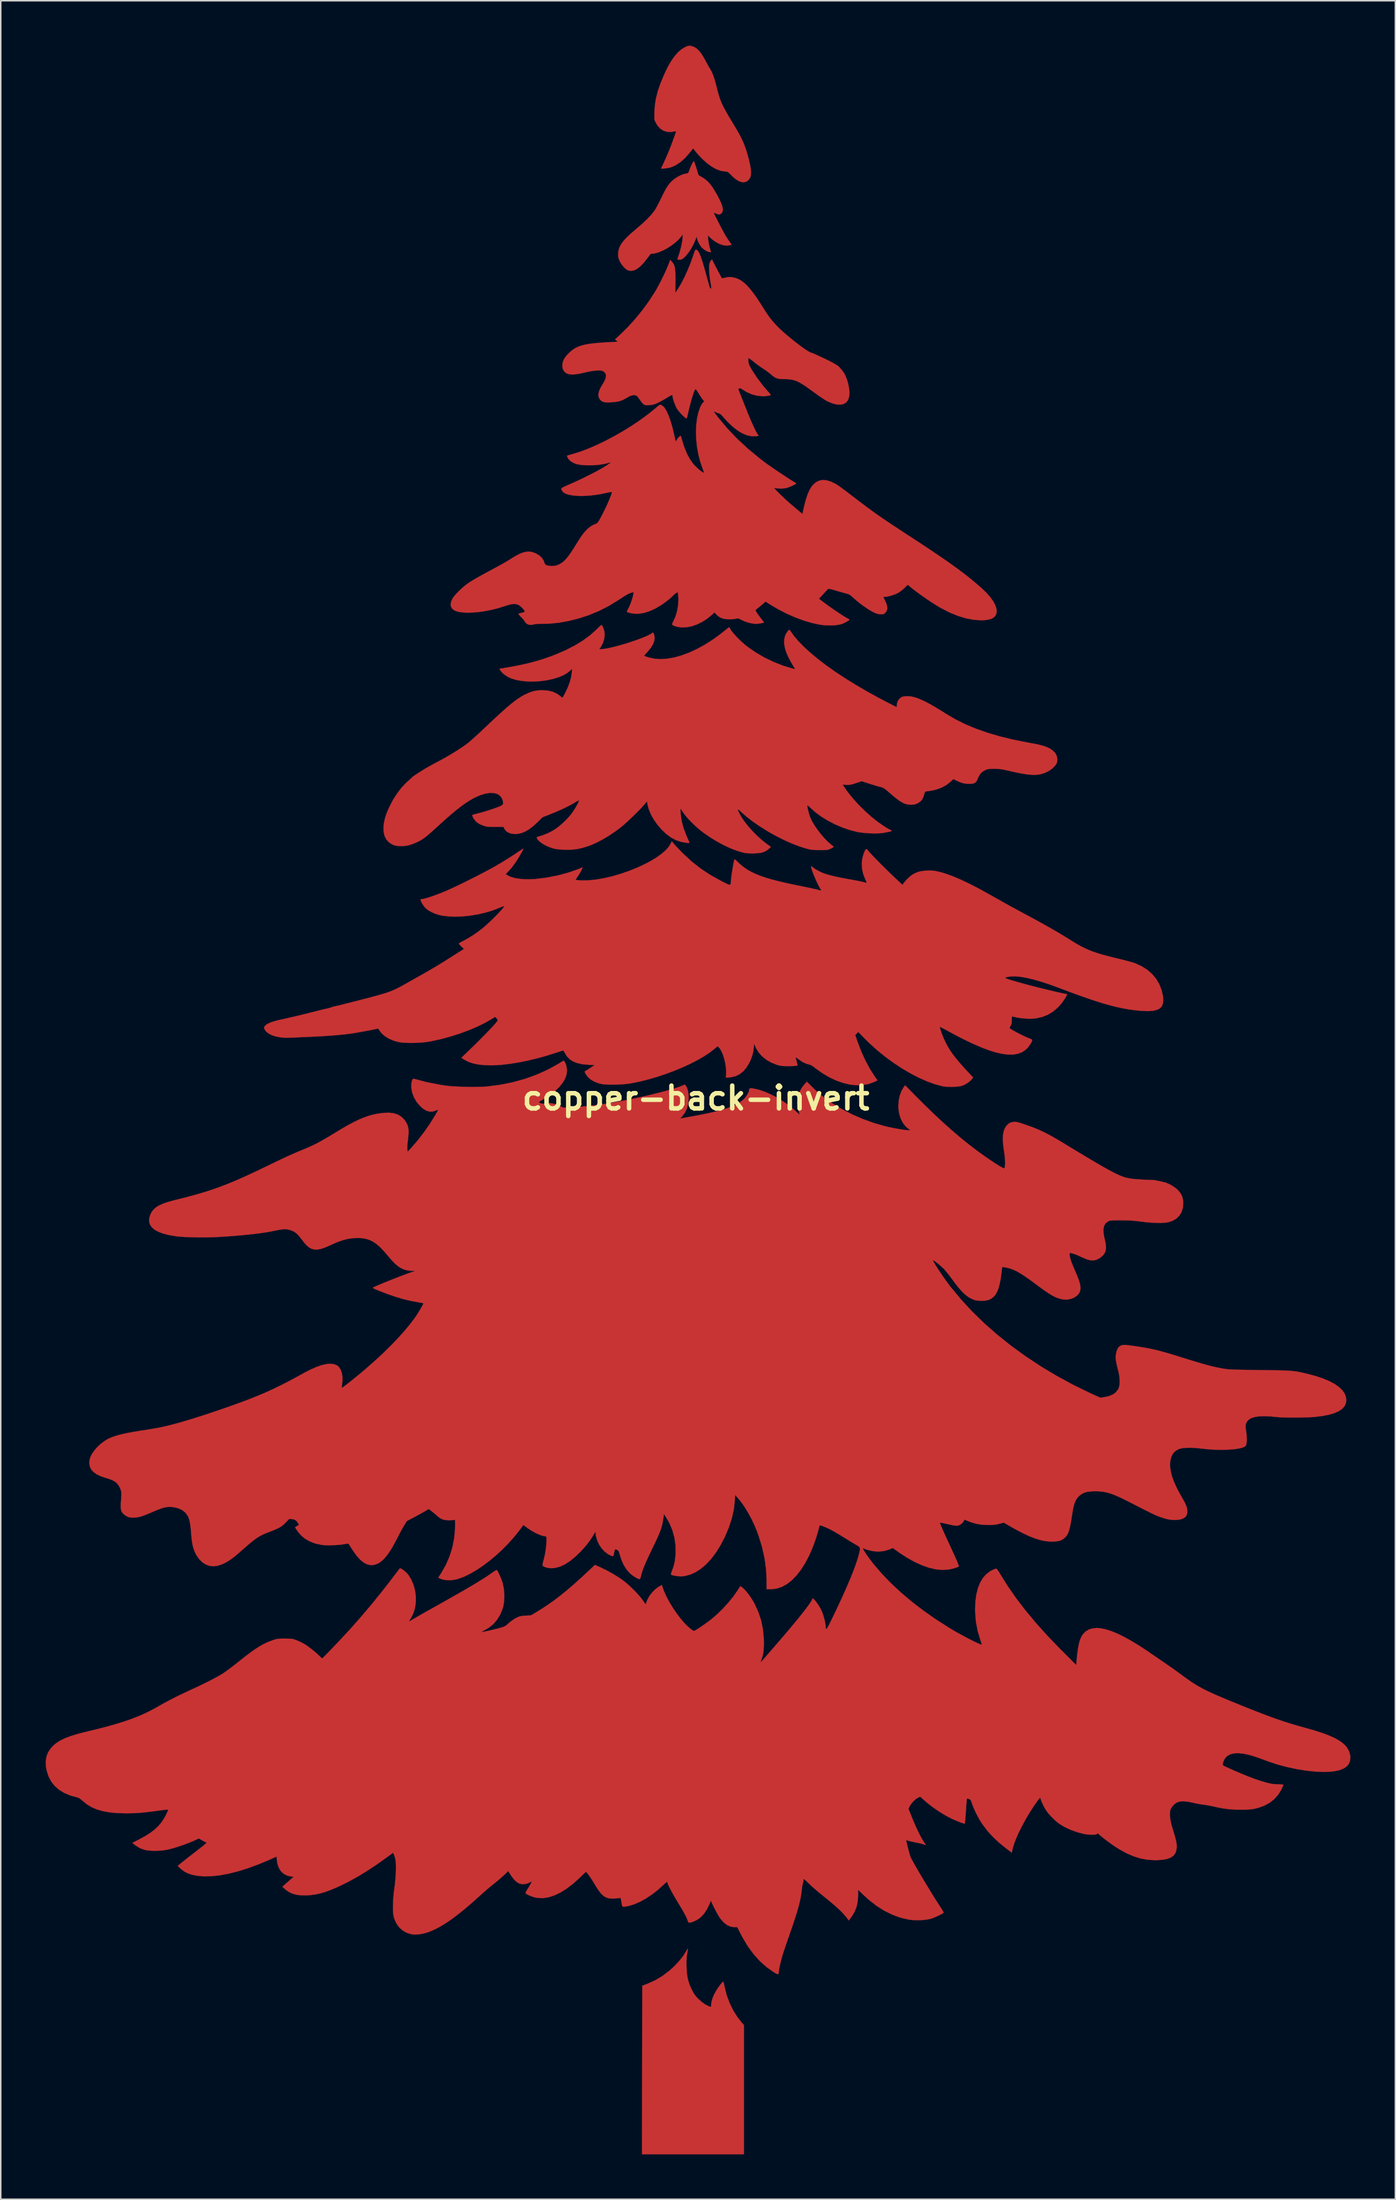
<source format=kicad_pcb>
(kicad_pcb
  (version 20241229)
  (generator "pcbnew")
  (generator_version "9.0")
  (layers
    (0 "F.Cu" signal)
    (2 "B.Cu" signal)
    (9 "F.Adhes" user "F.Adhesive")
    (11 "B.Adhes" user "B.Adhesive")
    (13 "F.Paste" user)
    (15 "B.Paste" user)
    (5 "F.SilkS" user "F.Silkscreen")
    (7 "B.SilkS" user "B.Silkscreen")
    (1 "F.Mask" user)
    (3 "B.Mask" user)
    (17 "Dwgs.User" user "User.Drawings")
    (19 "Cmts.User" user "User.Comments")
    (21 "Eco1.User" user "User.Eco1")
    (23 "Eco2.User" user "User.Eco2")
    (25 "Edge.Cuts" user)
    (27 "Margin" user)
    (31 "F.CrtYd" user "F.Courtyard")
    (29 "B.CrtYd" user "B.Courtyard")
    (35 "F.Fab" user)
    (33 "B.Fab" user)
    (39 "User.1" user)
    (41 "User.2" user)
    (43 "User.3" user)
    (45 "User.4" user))
  (footprint "copper-back-invert"
    (layer "F.Cu")
    (at 43.454 70.303)
    (property "Reference" "copper-back-invert" (at 0 0 0) (layer "F.SilkS") (effects (font (size 1.524 1.524) (thickness 0.3))))
    (attr through_hole)
    (fp_poly (pts (xy -0.536 56.836) (xy -0.538 56.893) (xy -0.555 57.009) (xy -0.585 57.189) (xy -0.586 57.194) (xy -0.612 57.375) (xy -0.626 57.564) (xy -0.63 57.782) (xy -0.624 58.049) (xy -0.624 58.05) (xy -0.604 58.395) (xy -0.567 58.69) (xy -0.508 58.957) (xy -0.423 59.215) (xy -0.308 59.484) (xy -0.279 59.544) (xy -0.183 59.731) (xy -0.093 59.877) (xy 0.008 60.008) (xy 0.138 60.148) (xy 0.17 60.18) (xy 0.395 60.381) (xy 0.627 60.545) (xy 0.851 60.661) (xy 0.944 60.694) (xy 0.991 60.703) (xy 1.015 60.681) (xy 1.023 60.614) (xy 1.024 60.548) (xy 1.048 60.358) (xy 1.114 60.132) (xy 1.216 59.888) (xy 1.332 59.671) (xy 1.417 59.537) (xy 1.512 59.396) (xy 1.61 59.262) (xy 1.701 59.146) (xy 1.774 59.062) (xy 1.821 59.022) (xy 1.828 59.02) (xy 1.846 59.052) (xy 1.871 59.139) (xy 1.9 59.266) (xy 1.919 59.364) (xy 2.052 59.901) (xy 2.244 60.427) (xy 2.489 60.931) (xy 2.782 61.398) (xy 3.074 61.768) (xy 3.21 61.922) (xy 3.21 70.556) (xy -3.599 70.556) (xy -3.59 64.926) (xy -3.581 59.297) (xy -3.281 59.184) (xy -2.741 58.944) (xy -2.235 58.645) (xy -1.757 58.282) (xy -1.427 57.979) (xy -1.119 57.651) (xy -0.866 57.334) (xy -0.661 57.015) (xy -0.633 56.965) (xy -0.583 56.877) (xy -0.551 56.832) (xy -0.536 56.836)) (stroke (width 0.01) (type solid)) (fill yes) (layer "F.Cu"))
    (fp_poly (pts (xy -0.341 -70.289) (xy -0.282 -70.275) (xy -0.104 -70.21) (xy 0.061 -70.104) (xy 0.22 -69.953) (xy 0.377 -69.749) (xy 0.54 -69.487) (xy 0.656 -69.271) (xy 0.742 -69.109) (xy 0.823 -68.961) (xy 0.89 -68.844) (xy 0.934 -68.774) (xy 1.048 -68.58) (xy 1.159 -68.318) (xy 1.268 -67.989) (xy 1.373 -67.595) (xy 1.374 -67.591) (xy 1.44 -67.327) (xy 1.502 -67.095) (xy 1.564 -66.886) (xy 1.632 -66.69) (xy 1.709 -66.498) (xy 1.8 -66.301) (xy 1.908 -66.09) (xy 2.038 -65.854) (xy 2.194 -65.584) (xy 2.381 -65.272) (xy 2.548 -64.997) (xy 2.766 -64.63) (xy 2.947 -64.304) (xy 3.098 -64.001) (xy 3.226 -63.707) (xy 3.337 -63.405) (xy 3.438 -63.081) (xy 3.536 -62.718) (xy 3.549 -62.666) (xy 3.627 -62.325) (xy 3.673 -62.041) (xy 3.687 -61.807) (xy 3.668 -61.617) (xy 3.616 -61.464) (xy 3.531 -61.341) (xy 3.424 -61.251) (xy 3.281 -61.187) (xy 3.123 -61.179) (xy 2.94 -61.229) (xy 2.834 -61.277) (xy 2.651 -61.393) (xy 2.454 -61.56) (xy 2.378 -61.636) (xy 2.265 -61.752) (xy 2.184 -61.826) (xy 2.12 -61.868) (xy 2.056 -61.888) (xy 1.976 -61.896) (xy 1.951 -61.897) (xy 1.67 -61.942) (xy 1.373 -62.051) (xy 1.065 -62.221) (xy 0.752 -62.448) (xy 0.44 -62.729) (xy 0.35 -62.82) (xy 0.218 -62.961) (xy 0.097 -63.096) (xy -0.002 -63.21) (xy -0.065 -63.291) (xy -0.071 -63.298) (xy -0.128 -63.377) (xy -0.171 -63.424) (xy -0.18 -63.429) (xy -0.21 -63.403) (xy -0.271 -63.333) (xy -0.353 -63.231) (xy -0.399 -63.172) (xy -0.698 -62.823) (xy -1.007 -62.541) (xy -1.327 -62.326) (xy -1.6 -62.199) (xy -1.709 -62.166) (xy -1.842 -62.137) (xy -1.983 -62.113) (xy -2.118 -62.096) (xy -2.229 -62.089) (xy -2.303 -62.093) (xy -2.323 -62.11) (xy -2.302 -62.153) (xy -2.258 -62.245) (xy -2.196 -62.373) (xy -2.138 -62.495) (xy -1.997 -62.803) (xy -1.844 -63.161) (xy -1.688 -63.552) (xy -1.534 -63.958) (xy -1.459 -64.166) (xy -1.397 -64.343) (xy -1.356 -64.463) (xy -1.336 -64.537) (xy -1.335 -64.575) (xy -1.35 -64.586) (xy -1.381 -64.581) (xy -1.384 -64.58) (xy -1.672 -64.533) (xy -1.939 -64.55) (xy -2.181 -64.63) (xy -2.392 -64.771) (xy -2.567 -64.97) (xy -2.646 -65.103) (xy -2.769 -65.345) (xy -2.768 -65.843) (xy -2.742 -66.305) (xy -2.666 -66.78) (xy -2.539 -67.276) (xy -2.359 -67.799) (xy -2.139 -68.324) (xy -2.003 -68.618) (xy -1.884 -68.86) (xy -1.775 -69.065) (xy -1.666 -69.246) (xy -1.551 -69.418) (xy -1.441 -69.569) (xy -1.2 -69.852) (xy -0.953 -70.068) (xy -0.702 -70.215) (xy -0.644 -70.24) (xy -0.52 -70.282) (xy -0.429 -70.298) (xy -0.341 -70.289)) (stroke (width 0.01) (type solid)) (fill yes) (layer "F.Cu"))
    (fp_poly (pts (xy -0.12 -62.551) (xy -0.083 -62.464) (xy -0.035 -62.333) (xy 0.019 -62.172) (xy 0.036 -62.115) (xy 0.183 -61.647) (xy 0.347 -61.555) (xy 0.545 -61.433) (xy 0.72 -61.299) (xy 0.88 -61.142) (xy 1.034 -60.952) (xy 1.192 -60.719) (xy 1.363 -60.432) (xy 1.406 -60.356) (xy 1.57 -60.046) (xy 1.69 -59.786) (xy 1.767 -59.57) (xy 1.8 -59.394) (xy 1.793 -59.254) (xy 1.745 -59.145) (xy 1.713 -59.106) (xy 1.623 -59.04) (xy 1.525 -59.025) (xy 1.403 -59.061) (xy 1.339 -59.091) (xy 1.256 -59.128) (xy 1.206 -59.14) (xy 1.2 -59.135) (xy 1.216 -59.091) (xy 1.26 -58.995) (xy 1.326 -58.859) (xy 1.409 -58.692) (xy 1.504 -58.507) (xy 1.604 -58.312) (xy 1.705 -58.121) (xy 1.801 -57.942) (xy 1.886 -57.787) (xy 1.954 -57.667) (xy 2.049 -57.51) (xy 2.147 -57.356) (xy 2.233 -57.229) (xy 2.272 -57.174) (xy 2.397 -57.011) (xy 2.26 -56.97) (xy 2.062 -56.944) (xy 1.836 -56.973) (xy 1.595 -57.051) (xy 1.352 -57.173) (xy 1.119 -57.337) (xy 1.025 -57.419) (xy 0.8 -57.626) (xy 0.825 -57.351) (xy 0.849 -57.173) (xy 0.887 -56.972) (xy 0.931 -56.796) (xy 1.012 -56.515) (xy 0.921 -56.515) (xy 0.814 -56.539) (xy 0.681 -56.602) (xy 0.543 -56.691) (xy 0.421 -56.793) (xy 0.362 -56.857) (xy 0.23 -57.053) (xy 0.129 -57.258) (xy 0.077 -57.423) (xy 0.048 -57.556) (xy 0.002 -57.415) (xy -0.09 -57.179) (xy -0.207 -56.938) (xy -0.343 -56.703) (xy -0.489 -56.486) (xy -0.638 -56.296) (xy -0.782 -56.147) (xy -0.913 -56.048) (xy -0.964 -56.023) (xy -1.038 -56.008) (xy -1.126 -56.006) (xy -1.201 -56.015) (xy -1.235 -56.035) (xy -1.235 -56.036) (xy -1.224 -56.07) (xy -1.196 -56.156) (xy -1.155 -56.279) (xy -1.128 -56.358) (xy -1.059 -56.584) (xy -0.995 -56.825) (xy -0.943 -57.065) (xy -0.904 -57.284) (xy -0.884 -57.463) (xy -0.882 -57.522) (xy -0.882 -57.69) (xy -0.982 -57.552) (xy -1.157 -57.348) (xy -1.381 -57.144) (xy -1.64 -56.948) (xy -1.918 -56.77) (xy -2.203 -56.618) (xy -2.479 -56.502) (xy -2.732 -56.43) (xy -2.822 -56.415) (xy -3.026 -56.392) (xy -3.235 -56.109) (xy -3.474 -55.809) (xy -3.698 -55.575) (xy -3.909 -55.407) (xy -4.109 -55.302) (xy -4.301 -55.259) (xy -4.487 -55.277) (xy -4.51 -55.284) (xy -4.633 -55.348) (xy -4.768 -55.462) (xy -4.902 -55.613) (xy -5.022 -55.786) (xy -5.079 -55.891) (xy -5.145 -56.036) (xy -5.18 -56.155) (xy -5.194 -56.282) (xy -5.194 -56.366) (xy -5.182 -56.551) (xy -5.143 -56.727) (xy -5.074 -56.901) (xy -4.971 -57.078) (xy -4.828 -57.265) (xy -4.642 -57.468) (xy -4.408 -57.693) (xy -4.121 -57.946) (xy -3.938 -58.1) (xy -3.555 -58.432) (xy -3.234 -58.735) (xy -2.976 -59.011) (xy -2.78 -59.259) (xy -2.752 -59.299) (xy -2.686 -59.408) (xy -2.598 -59.564) (xy -2.498 -59.753) (xy -2.394 -59.957) (xy -2.321 -60.106) (xy -2.187 -60.382) (xy -2.073 -60.604) (xy -1.974 -60.782) (xy -1.882 -60.928) (xy -1.792 -61.051) (xy -1.695 -61.163) (xy -1.604 -61.256) (xy -1.433 -61.4) (xy -1.23 -61.533) (xy -1.015 -61.645) (xy -0.81 -61.723) (xy -0.681 -61.752) (xy -0.581 -61.769) (xy -0.523 -61.797) (xy -0.484 -61.854) (xy -0.445 -61.959) (xy -0.39 -62.105) (xy -0.327 -62.253) (xy -0.263 -62.389) (xy -0.205 -62.499) (xy -0.161 -62.567) (xy -0.141 -62.583) (xy -0.12 -62.551)) (stroke (width 0.01) (type solid)) (fill yes) (layer "F.Cu"))
    (fp_poly (pts (xy -6.282 -31.58) (xy -6.236 -31.504) (xy -6.19 -31.416) (xy -6.116 -31.188) (xy -6.096 -30.931) (xy -6.128 -30.663) (xy -6.212 -30.396) (xy -6.345 -30.146) (xy -6.351 -30.138) (xy -6.46 -29.976) (xy -6.198 -30) (xy -5.996 -30.027) (xy -5.75 -30.075) (xy -5.471 -30.14) (xy -5.168 -30.22) (xy -4.851 -30.311) (xy -4.528 -30.41) (xy -4.209 -30.515) (xy -3.904 -30.621) (xy -3.622 -30.727) (xy -3.372 -30.828) (xy -3.164 -30.922) (xy -3.008 -31.007) (xy -2.921 -31.068) (xy -2.879 -31.099) (xy -2.85 -31.088) (xy -2.816 -31.024) (xy -2.801 -30.989) (xy -2.755 -30.789) (xy -2.774 -30.569) (xy -2.858 -30.335) (xy -3.003 -30.089) (xy -3.21 -29.836) (xy -3.219 -29.825) (xy -3.32 -29.715) (xy -3.4 -29.625) (xy -3.448 -29.566) (xy -3.457 -29.55) (xy -3.426 -29.532) (xy -3.343 -29.498) (xy -3.223 -29.457) (xy -3.166 -29.438) (xy -2.782 -29.352) (xy -2.364 -29.323) (xy -1.916 -29.351) (xy -1.442 -29.434) (xy -0.948 -29.572) (xy -0.437 -29.763) (xy 0.087 -30.005) (xy 0.618 -30.299) (xy 1.02 -30.553) (xy 1.225 -30.693) (xy 1.443 -30.849) (xy 1.653 -31.005) (xy 1.833 -31.146) (xy 1.896 -31.198) (xy 2.05 -31.324) (xy 2.157 -31.406) (xy 2.223 -31.446) (xy 2.254 -31.448) (xy 2.258 -31.436) (xy 2.283 -31.359) (xy 2.355 -31.245) (xy 2.466 -31.102) (xy 2.606 -30.939) (xy 2.77 -30.764) (xy 2.949 -30.586) (xy 3.135 -30.412) (xy 3.321 -30.252) (xy 3.44 -30.158) (xy 3.986 -29.777) (xy 4.579 -29.432) (xy 5.201 -29.132) (xy 5.835 -28.884) (xy 6.326 -28.733) (xy 6.637 -28.649) (xy 6.558 -28.78) (xy 6.352 -29.131) (xy 6.189 -29.439) (xy 6.067 -29.712) (xy 5.98 -29.96) (xy 5.926 -30.192) (xy 5.903 -30.392) (xy 5.911 -30.677) (xy 5.978 -30.925) (xy 6.104 -31.141) (xy 6.14 -31.186) (xy 6.207 -31.258) (xy 6.245 -31.283) (xy 6.273 -31.266) (xy 6.29 -31.242) (xy 6.546 -30.882) (xy 6.867 -30.506) (xy 7.25 -30.115) (xy 7.694 -29.713) (xy 8.194 -29.3) (xy 8.748 -28.879) (xy 9.354 -28.452) (xy 10.008 -28.022) (xy 10.708 -27.589) (xy 11.452 -27.156) (xy 12.235 -26.726) (xy 12.718 -26.473) (xy 13.423 -26.109) (xy 13.429 -26.262) (xy 13.468 -26.461) (xy 13.563 -26.631) (xy 13.706 -26.759) (xy 13.805 -26.809) (xy 13.891 -26.828) (xy 14.019 -26.842) (xy 14.147 -26.846) (xy 14.34 -26.833) (xy 14.549 -26.793) (xy 14.781 -26.723) (xy 15.039 -26.621) (xy 15.329 -26.485) (xy 15.655 -26.312) (xy 16.023 -26.101) (xy 16.437 -25.848) (xy 16.739 -25.657) (xy 17.345 -25.301) (xy 18.001 -24.975) (xy 18.711 -24.677) (xy 19.476 -24.408) (xy 20.299 -24.166) (xy 21.182 -23.95) (xy 22.128 -23.76) (xy 22.437 -23.705) (xy 22.833 -23.629) (xy 23.165 -23.546) (xy 23.439 -23.453) (xy 23.663 -23.348) (xy 23.842 -23.226) (xy 23.983 -23.086) (xy 24.047 -22.999) (xy 24.132 -22.816) (xy 24.162 -22.618) (xy 24.135 -22.427) (xy 24.102 -22.344) (xy 23.99 -22.183) (xy 23.827 -22.023) (xy 23.63 -21.878) (xy 23.498 -21.803) (xy 23.307 -21.717) (xy 23.113 -21.653) (xy 22.909 -21.611) (xy 22.687 -21.591) (xy 22.439 -21.594) (xy 22.157 -21.62) (xy 21.834 -21.669) (xy 21.461 -21.741) (xy 21.032 -21.836) (xy 20.937 -21.858) (xy 20.703 -21.912) (xy 20.516 -21.949) (xy 20.356 -21.973) (xy 20.202 -21.987) (xy 20.035 -21.993) (xy 19.95 -21.993) (xy 19.76 -21.993) (xy 19.623 -21.987) (xy 19.521 -21.974) (xy 19.436 -21.95) (xy 19.351 -21.915) (xy 19.35 -21.915) (xy 19.153 -21.8) (xy 19.004 -21.653) (xy 18.89 -21.459) (xy 18.852 -21.369) (xy 18.781 -21.208) (xy 18.704 -21.1) (xy 18.604 -21.034) (xy 18.467 -21) (xy 18.277 -20.99) (xy 18.253 -20.99) (xy 18.021 -21.004) (xy 17.803 -21.049) (xy 17.576 -21.133) (xy 17.398 -21.217) (xy 17.211 -21.311) (xy 16.992 -21.107) (xy 16.728 -20.904) (xy 16.413 -20.736) (xy 16.059 -20.608) (xy 15.681 -20.526) (xy 15.53 -20.507) (xy 15.408 -20.493) (xy 15.339 -20.474) (xy 15.305 -20.442) (xy 15.289 -20.394) (xy 15.221 -20.151) (xy 15.134 -19.966) (xy 15.018 -19.825) (xy 14.866 -19.718) (xy 14.821 -19.694) (xy 14.695 -19.639) (xy 14.58 -19.61) (xy 14.443 -19.599) (xy 14.358 -19.599) (xy 14.202 -19.608) (xy 14.054 -19.636) (xy 13.905 -19.689) (xy 13.747 -19.77) (xy 13.57 -19.884) (xy 13.368 -20.036) (xy 13.131 -20.231) (xy 12.937 -20.4) (xy 12.78 -20.535) (xy 12.661 -20.631) (xy 12.568 -20.695) (xy 12.488 -20.737) (xy 12.407 -20.765) (xy 12.355 -20.777) (xy 12.249 -20.804) (xy 12.095 -20.848) (xy 11.908 -20.904) (xy 11.708 -20.966) (xy 11.618 -20.995) (xy 11.082 -21.168) (xy 10.701 -21.04) (xy 10.52 -20.982) (xy 10.383 -20.946) (xy 10.268 -20.927) (xy 10.154 -20.923) (xy 10.065 -20.926) (xy 9.81 -20.939) (xy 9.866 -20.85) (xy 10.152 -20.441) (xy 10.491 -20.02) (xy 10.872 -19.599) (xy 11.283 -19.191) (xy 11.711 -18.807) (xy 12.144 -18.46) (xy 12.506 -18.205) (xy 12.656 -18.108) (xy 12.796 -18.022) (xy 12.909 -17.957) (xy 12.974 -17.925) (xy 13.05 -17.887) (xy 13.087 -17.855) (xy 13.088 -17.852) (xy 13.054 -17.829) (xy 12.959 -17.8) (xy 12.809 -17.767) (xy 12.613 -17.731) (xy 12.453 -17.706) (xy 12.249 -17.686) (xy 11.996 -17.679) (xy 11.713 -17.684) (xy 11.421 -17.699) (xy 11.138 -17.725) (xy 10.886 -17.76) (xy 10.777 -17.78) (xy 10.283 -17.908) (xy 9.784 -18.08) (xy 9.292 -18.291) (xy 8.822 -18.534) (xy 8.385 -18.802) (xy 7.996 -19.089) (xy 7.726 -19.328) (xy 7.614 -19.433) (xy 7.523 -19.51) (xy 7.463 -19.553) (xy 7.444 -19.554) (xy 7.455 -19.451) (xy 7.484 -19.301) (xy 7.527 -19.127) (xy 7.577 -18.949) (xy 7.63 -18.788) (xy 7.661 -18.707) (xy 7.779 -18.466) (xy 7.941 -18.198) (xy 8.136 -17.916) (xy 8.352 -17.636) (xy 8.577 -17.373) (xy 8.801 -17.141) (xy 9.01 -16.955) (xy 9.062 -16.916) (xy 9.145 -16.85) (xy 9.197 -16.798) (xy 9.207 -16.781) (xy 9.178 -16.753) (xy 9.101 -16.707) (xy 9.005 -16.658) (xy 8.922 -16.621) (xy 8.849 -16.595) (xy 8.769 -16.579) (xy 8.669 -16.57) (xy 8.532 -16.566) (xy 8.345 -16.565) (xy 8.273 -16.566) (xy 8.046 -16.569) (xy 7.87 -16.577) (xy 7.725 -16.591) (xy 7.59 -16.614) (xy 7.445 -16.649) (xy 7.408 -16.659) (xy 6.924 -16.81) (xy 6.409 -17.008) (xy 5.875 -17.248) (xy 5.336 -17.52) (xy 4.804 -17.819) (xy 4.292 -18.138) (xy 3.813 -18.468) (xy 3.379 -18.803) (xy 3.021 -19.119) (xy 2.906 -19.225) (xy 2.834 -19.279) (xy 2.804 -19.28) (xy 2.814 -19.226) (xy 2.862 -19.114) (xy 2.919 -18.997) (xy 3.073 -18.729) (xy 3.276 -18.437) (xy 3.52 -18.132) (xy 3.793 -17.826) (xy 4.085 -17.531) (xy 4.384 -17.259) (xy 4.682 -17.022) (xy 4.687 -17.018) (xy 5.017 -16.775) (xy 4.869 -16.644) (xy 4.72 -16.53) (xy 4.559 -16.447) (xy 4.372 -16.392) (xy 4.143 -16.359) (xy 3.881 -16.346) (xy 3.575 -16.347) (xy 3.33 -16.366) (xy 3.21 -16.387) (xy 2.803 -16.5) (xy 2.366 -16.664) (xy 1.91 -16.872) (xy 1.448 -17.118) (xy 0.99 -17.396) (xy 0.549 -17.699) (xy 0.261 -17.921) (xy 0.049 -18.101) (xy -0.168 -18.304) (xy -0.379 -18.516) (xy -0.571 -18.725) (xy -0.732 -18.918) (xy -0.847 -19.079) (xy -0.921 -19.193) (xy -0.981 -19.281) (xy -1.018 -19.327) (xy -1.024 -19.331) (xy -1.029 -19.299) (xy -1.029 -19.211) (xy -1.023 -19.083) (xy -1.016 -18.976) (xy -0.95 -18.51) (xy -0.82 -18.025) (xy -0.632 -17.533) (xy -0.562 -17.374) (xy -0.502 -17.236) (xy -0.457 -17.133) (xy -0.434 -17.079) (xy -0.433 -17.078) (xy -0.433 -17.052) (xy -0.47 -17.042) (xy -0.556 -17.045) (xy -0.638 -17.053) (xy -1.002 -17.118) (xy -1.341 -17.236) (xy -1.664 -17.41) (xy -1.98 -17.645) (xy -2.285 -17.934) (xy -2.563 -18.255) (xy -2.803 -18.595) (xy -2.999 -18.943) (xy -3.144 -19.287) (xy -3.231 -19.616) (xy -3.24 -19.666) (xy -3.263 -19.822) (xy -3.475 -19.573) (xy -3.609 -19.423) (xy -3.785 -19.239) (xy -3.989 -19.034) (xy -4.208 -18.819) (xy -4.43 -18.607) (xy -4.643 -18.41) (xy -4.833 -18.24) (xy -4.975 -18.121) (xy -5.372 -17.821) (xy -5.789 -17.54) (xy -6.211 -17.287) (xy -6.626 -17.069) (xy -7.02 -16.895) (xy -7.246 -16.813) (xy -7.606 -16.706) (xy -7.936 -16.635) (xy -8.263 -16.597) (xy -8.616 -16.588) (xy -8.767 -16.591) (xy -9.022 -16.602) (xy -9.224 -16.619) (xy -9.39 -16.644) (xy -9.535 -16.678) (xy -9.554 -16.683) (xy -9.817 -16.774) (xy -10.062 -16.886) (xy -10.277 -17.012) (xy -10.452 -17.145) (xy -10.573 -17.276) (xy -10.603 -17.325) (xy -10.635 -17.399) (xy -10.627 -17.434) (xy -10.611 -17.441) (xy -10.25 -17.551) (xy -9.939 -17.67) (xy -9.657 -17.809) (xy -9.382 -17.975) (xy -9.373 -17.981) (xy -9.167 -18.133) (xy -8.941 -18.326) (xy -8.712 -18.543) (xy -8.499 -18.767) (xy -8.32 -18.98) (xy -8.293 -19.016) (xy -8.204 -19.143) (xy -8.11 -19.289) (xy -8.018 -19.442) (xy -7.934 -19.59) (xy -7.867 -19.721) (xy -7.822 -19.821) (xy -7.807 -19.879) (xy -7.809 -19.886) (xy -7.846 -19.878) (xy -7.925 -19.839) (xy -8.032 -19.776) (xy -8.053 -19.763) (xy -8.322 -19.606) (xy -8.647 -19.438) (xy -9.019 -19.263) (xy -9.424 -19.088) (xy -9.648 -18.997) (xy -10.248 -18.759) (xy -10.574 -18.438) (xy -10.874 -18.162) (xy -11.155 -17.949) (xy -11.425 -17.794) (xy -11.69 -17.694) (xy -11.957 -17.645) (xy -12.098 -17.639) (xy -12.33 -17.663) (xy -12.531 -17.734) (xy -12.69 -17.844) (xy -12.787 -17.974) (xy -12.859 -18.115) (xy -13.406 -18.115) (xy -13.627 -18.116) (xy -13.793 -18.121) (xy -13.922 -18.132) (xy -14.029 -18.149) (xy -14.131 -18.175) (xy -14.199 -18.196) (xy -14.469 -18.311) (xy -14.679 -18.458) (xy -14.834 -18.642) (xy -14.865 -18.694) (xy -14.914 -18.797) (xy -14.938 -18.875) (xy -14.935 -18.907) (xy -14.89 -18.927) (xy -14.792 -18.957) (xy -14.658 -18.993) (xy -14.57 -19.015) (xy -14.362 -19.069) (xy -14.113 -19.142) (xy -13.843 -19.226) (xy -13.575 -19.314) (xy -13.329 -19.4) (xy -13.127 -19.477) (xy -13.106 -19.485) (xy -12.974 -19.549) (xy -12.901 -19.617) (xy -12.878 -19.707) (xy -12.896 -19.837) (xy -12.911 -19.892) (xy -12.995 -20.086) (xy -13.128 -20.232) (xy -13.306 -20.331) (xy -13.525 -20.382) (xy -13.781 -20.385) (xy -14.068 -20.339) (xy -14.384 -20.243) (xy -14.661 -20.127) (xy -14.908 -20.002) (xy -15.163 -19.853) (xy -15.432 -19.676) (xy -15.721 -19.466) (xy -16.034 -19.221) (xy -16.377 -18.934) (xy -16.756 -18.603) (xy -17.175 -18.224) (xy -17.18 -18.219) (xy -17.446 -17.977) (xy -17.668 -17.778) (xy -17.854 -17.616) (xy -18.013 -17.484) (xy -18.151 -17.378) (xy -18.278 -17.291) (xy -18.4 -17.216) (xy -18.524 -17.149) (xy -18.644 -17.09) (xy -18.956 -16.959) (xy -19.241 -16.875) (xy -19.519 -16.836) (xy -19.783 -16.834) (xy -19.965 -16.847) (xy -20.103 -16.872) (xy -20.226 -16.914) (xy -20.294 -16.945) (xy -20.518 -17.091) (xy -20.689 -17.282) (xy -20.806 -17.517) (xy -20.869 -17.793) (xy -20.876 -18.109) (xy -20.85 -18.335) (xy -20.803 -18.583) (xy -20.739 -18.819) (xy -20.654 -19.061) (xy -20.539 -19.33) (xy -20.463 -19.493) (xy -20.229 -19.937) (xy -19.962 -20.352) (xy -19.674 -20.728) (xy -19.372 -21.05) (xy -19.25 -21.16) (xy -19.139 -21.259) (xy -19.043 -21.348) (xy -18.979 -21.411) (xy -18.971 -21.419) (xy -18.925 -21.462) (xy -18.84 -21.525) (xy -18.713 -21.612) (xy -18.537 -21.726) (xy -18.309 -21.87) (xy -18.064 -22.022) (xy -17.954 -22.087) (xy -17.797 -22.174) (xy -17.611 -22.276) (xy -17.411 -22.383) (xy -17.288 -22.447) (xy -16.961 -22.622) (xy -16.625 -22.812) (xy -16.292 -23.009) (xy -15.973 -23.206) (xy -15.681 -23.396) (xy -15.428 -23.57) (xy -15.225 -23.722) (xy -15.21 -23.734) (xy -15.091 -23.834) (xy -14.934 -23.973) (xy -14.748 -24.139) (xy -14.545 -24.324) (xy -14.337 -24.517) (xy -14.189 -24.657) (xy -13.789 -25.035) (xy -13.434 -25.367) (xy -13.119 -25.656) (xy -12.841 -25.907) (xy -12.594 -26.124) (xy -12.374 -26.309) (xy -12.176 -26.468) (xy -11.995 -26.603) (xy -11.828 -26.719) (xy -11.669 -26.819) (xy -11.514 -26.908) (xy -11.396 -26.969) (xy -11.091 -27.106) (xy -10.807 -27.193) (xy -10.518 -27.238) (xy -10.266 -27.248) (xy -9.892 -27.221) (xy -9.565 -27.142) (xy -9.281 -27.011) (xy -9.115 -26.895) (xy -9.018 -26.818) (xy -8.945 -26.765) (xy -8.909 -26.746) (xy -8.908 -26.747) (xy -8.888 -26.781) (xy -8.843 -26.864) (xy -8.779 -26.982) (xy -8.719 -27.093) (xy -8.548 -27.455) (xy -8.415 -27.815) (xy -8.328 -28.157) (xy -8.296 -28.38) (xy -8.27 -28.676) (xy -8.415 -28.543) (xy -8.608 -28.388) (xy -8.834 -28.257) (xy -9.109 -28.138) (xy -9.159 -28.119) (xy -9.553 -27.998) (xy -9.972 -27.908) (xy -10.405 -27.851) (xy -10.839 -27.825) (xy -11.264 -27.832) (xy -11.667 -27.87) (xy -12.037 -27.941) (xy -12.362 -28.044) (xy -12.511 -28.111) (xy -12.716 -28.233) (xy -12.893 -28.371) (xy -13.025 -28.513) (xy -13.063 -28.569) (xy -13.125 -28.677) (xy -13.01 -28.696) (xy -12.418 -28.797) (xy -11.884 -28.898) (xy -11.399 -29.001) (xy -10.948 -29.111) (xy -10.522 -29.23) (xy -10.109 -29.361) (xy -9.696 -29.507) (xy -9.349 -29.64) (xy -8.686 -29.927) (xy -8.08 -30.239) (xy -7.534 -30.574) (xy -7.051 -30.931) (xy -6.633 -31.307) (xy -6.615 -31.324) (xy -6.501 -31.437) (xy -6.405 -31.529) (xy -6.337 -31.59) (xy -6.309 -31.609) (xy -6.282 -31.58)) (stroke (width 0.01) (type solid)) (fill yes) (layer "F.Cu"))
    (fp_poly (pts (xy -1.451 -16.965) (xy -1.374 -16.878) (xy -1.259 -16.754) (xy -1.116 -16.604) (xy -0.957 -16.441) (xy -0.814 -16.298) (xy -0.257 -15.785) (xy 0.338 -15.32) (xy 0.979 -14.898) (xy 1.675 -14.512) (xy 1.693 -14.503) (xy 1.908 -14.393) (xy 2.068 -14.313) (xy 2.18 -14.264) (xy 2.255 -14.246) (xy 2.3 -14.26) (xy 2.323 -14.305) (xy 2.335 -14.384) (xy 2.342 -14.496) (xy 2.345 -14.542) (xy 2.361 -14.695) (xy 2.387 -14.895) (xy 2.421 -15.124) (xy 2.459 -15.361) (xy 2.499 -15.586) (xy 2.536 -15.778) (xy 2.564 -15.903) (xy 2.577 -15.939) (xy 2.599 -15.946) (xy 2.642 -15.92) (xy 2.715 -15.854) (xy 2.8 -15.771) (xy 3.003 -15.584) (xy 3.219 -15.412) (xy 3.453 -15.254) (xy 3.711 -15.109) (xy 3.997 -14.972) (xy 4.319 -14.844) (xy 4.68 -14.72) (xy 5.088 -14.6) (xy 5.546 -14.481) (xy 6.062 -14.361) (xy 6.64 -14.237) (xy 6.914 -14.182) (xy 7.175 -14.129) (xy 7.427 -14.077) (xy 7.66 -14.028) (xy 7.859 -13.985) (xy 8.011 -13.951) (xy 8.084 -13.933) (xy 8.236 -13.895) (xy 8.329 -13.874) (xy 8.373 -13.873) (xy 8.378 -13.891) (xy 8.354 -13.931) (xy 8.332 -13.961) (xy 8.268 -14.065) (xy 8.192 -14.209) (xy 8.108 -14.382) (xy 8.021 -14.573) (xy 7.936 -14.77) (xy 7.857 -14.963) (xy 7.79 -15.14) (xy 7.738 -15.29) (xy 7.706 -15.403) (xy 7.699 -15.467) (xy 7.703 -15.475) (xy 7.742 -15.471) (xy 7.803 -15.428) (xy 7.805 -15.426) (xy 7.913 -15.343) (xy 8.067 -15.247) (xy 8.246 -15.149) (xy 8.432 -15.061) (xy 8.47 -15.044) (xy 8.684 -14.967) (xy 8.96 -14.887) (xy 9.293 -14.805) (xy 9.675 -14.724) (xy 10.099 -14.645) (xy 10.125 -14.641) (xy 10.429 -14.586) (xy 10.709 -14.534) (xy 10.956 -14.484) (xy 11.159 -14.44) (xy 11.311 -14.403) (xy 11.398 -14.377) (xy 11.415 -14.388) (xy 11.398 -14.451) (xy 11.346 -14.569) (xy 11.315 -14.633) (xy 11.187 -14.956) (xy 11.11 -15.299) (xy 11.086 -15.642) (xy 11.103 -15.871) (xy 11.143 -16.077) (xy 11.199 -16.278) (xy 11.264 -16.453) (xy 11.332 -16.582) (xy 11.344 -16.598) (xy 11.375 -16.632) (xy 11.405 -16.636) (xy 11.448 -16.602) (xy 11.518 -16.522) (xy 11.544 -16.492) (xy 11.643 -16.379) (xy 11.786 -16.225) (xy 11.962 -16.04) (xy 12.165 -15.833) (xy 12.385 -15.61) (xy 12.614 -15.382) (xy 12.844 -15.156) (xy 13.066 -14.941) (xy 13.272 -14.746) (xy 13.281 -14.738) (xy 13.809 -14.244) (xy 13.862 -14.327) (xy 13.949 -14.441) (xy 14.073 -14.577) (xy 14.213 -14.716) (xy 14.351 -14.838) (xy 14.463 -14.922) (xy 14.594 -14.995) (xy 14.749 -15.067) (xy 14.837 -15.102) (xy 15.025 -15.15) (xy 15.257 -15.183) (xy 15.511 -15.199) (xy 15.761 -15.197) (xy 15.985 -15.175) (xy 16.001 -15.173) (xy 16.349 -15.095) (xy 16.747 -14.974) (xy 17.188 -14.811) (xy 17.667 -14.609) (xy 18.18 -14.368) (xy 18.292 -14.313) (xy 18.45 -14.234) (xy 18.606 -14.153) (xy 18.768 -14.069) (xy 18.942 -13.976) (xy 19.136 -13.871) (xy 19.357 -13.749) (xy 19.612 -13.607) (xy 19.908 -13.441) (xy 20.253 -13.247) (xy 20.549 -13.08) (xy 20.737 -12.975) (xy 20.97 -12.846) (xy 21.231 -12.703) (xy 21.503 -12.555) (xy 21.769 -12.412) (xy 21.89 -12.347) (xy 22.457 -12.043) (xy 22.969 -11.763) (xy 23.435 -11.504) (xy 23.865 -11.259) (xy 24.267 -11.025) (xy 24.65 -10.795) (xy 25.024 -10.564) (xy 25.152 -10.483) (xy 25.441 -10.306) (xy 25.715 -10.152) (xy 25.986 -10.015) (xy 26.262 -9.891) (xy 26.555 -9.778) (xy 26.875 -9.67) (xy 27.233 -9.564) (xy 27.64 -9.456) (xy 28.104 -9.342) (xy 28.142 -9.333) (xy 28.405 -9.269) (xy 28.659 -9.205) (xy 28.891 -9.144) (xy 29.09 -9.089) (xy 29.244 -9.045) (xy 29.334 -9.015) (xy 29.772 -8.818) (xy 30.156 -8.577) (xy 30.485 -8.293) (xy 30.757 -7.969) (xy 30.972 -7.604) (xy 31.129 -7.201) (xy 31.223 -6.78) (xy 31.24 -6.524) (xy 31.211 -6.302) (xy 31.136 -6.125) (xy 31.108 -6.085) (xy 30.975 -5.967) (xy 30.785 -5.883) (xy 30.536 -5.83) (xy 30.228 -5.81) (xy 29.857 -5.821) (xy 29.819 -5.824) (xy 29.468 -5.855) (xy 29.12 -5.897) (xy 28.769 -5.951) (xy 28.409 -6.02) (xy 28.034 -6.104) (xy 27.639 -6.205) (xy 27.218 -6.325) (xy 26.764 -6.467) (xy 26.272 -6.63) (xy 25.736 -6.817) (xy 25.149 -7.03) (xy 24.507 -7.27) (xy 24.253 -7.366) (xy 23.649 -7.586) (xy 23.092 -7.77) (xy 22.583 -7.917) (xy 22.124 -8.027) (xy 21.718 -8.098) (xy 21.365 -8.131) (xy 21.069 -8.126) (xy 20.982 -8.115) (xy 20.859 -8.095) (xy 20.766 -8.078) (xy 20.707 -8.059) (xy 20.686 -8.038) (xy 20.706 -8.012) (xy 20.772 -7.979) (xy 20.887 -7.937) (xy 21.056 -7.884) (xy 21.282 -7.817) (xy 21.569 -7.735) (xy 21.788 -7.672) (xy 21.989 -7.617) (xy 22.226 -7.554) (xy 22.492 -7.485) (xy 22.778 -7.412) (xy 23.074 -7.338) (xy 23.372 -7.265) (xy 23.664 -7.195) (xy 23.94 -7.129) (xy 24.192 -7.071) (xy 24.411 -7.022) (xy 24.588 -6.984) (xy 24.715 -6.959) (xy 24.783 -6.95) (xy 24.785 -6.95) (xy 24.801 -6.924) (xy 24.78 -6.855) (xy 24.726 -6.751) (xy 24.648 -6.623) (xy 24.55 -6.481) (xy 24.441 -6.335) (xy 24.326 -6.195) (xy 24.212 -6.072) (xy 24.206 -6.066) (xy 23.885 -5.789) (xy 23.539 -5.576) (xy 23.16 -5.423) (xy 22.743 -5.328) (xy 22.72 -5.325) (xy 22.444 -5.302) (xy 22.128 -5.304) (xy 21.798 -5.33) (xy 21.478 -5.377) (xy 21.193 -5.443) (xy 21.167 -5.451) (xy 21.139 -5.448) (xy 21.123 -5.409) (xy 21.115 -5.322) (xy 21.113 -5.211) (xy 21.107 -5.053) (xy 21.086 -4.938) (xy 21.044 -4.84) (xy 21.033 -4.819) (xy 20.986 -4.736) (xy 20.963 -4.683) (xy 20.962 -4.674) (xy 21.046 -4.614) (xy 21.179 -4.532) (xy 21.349 -4.437) (xy 21.542 -4.334) (xy 21.742 -4.232) (xy 21.937 -4.138) (xy 22.112 -4.059) (xy 22.253 -4.002) (xy 22.26 -3.999) (xy 22.387 -3.95) (xy 22.457 -3.904) (xy 22.473 -3.846) (xy 22.443 -3.758) (xy 22.375 -3.634) (xy 22.206 -3.392) (xy 22.005 -3.199) (xy 21.772 -3.053) (xy 21.504 -2.956) (xy 21.2 -2.907) (xy 20.857 -2.906) (xy 20.474 -2.954) (xy 20.05 -3.051) (xy 19.582 -3.196) (xy 19.069 -3.39) (xy 18.509 -3.633) (xy 17.908 -3.922) (xy 17.673 -4.041) (xy 17.411 -4.177) (xy 17.15 -4.315) (xy 16.915 -4.442) (xy 16.834 -4.487) (xy 16.664 -4.58) (xy 16.515 -4.658) (xy 16.4 -4.715) (xy 16.328 -4.746) (xy 16.308 -4.749) (xy 16.309 -4.706) (xy 16.334 -4.612) (xy 16.377 -4.478) (xy 16.435 -4.317) (xy 16.502 -4.143) (xy 16.574 -3.968) (xy 16.647 -3.804) (xy 16.669 -3.757) (xy 16.805 -3.495) (xy 16.96 -3.235) (xy 17.141 -2.969) (xy 17.355 -2.688) (xy 17.607 -2.384) (xy 17.904 -2.048) (xy 18.09 -1.846) (xy 18.526 -1.377) (xy 18.452 -1.273) (xy 18.344 -1.155) (xy 18.189 -1.033) (xy 18.01 -0.921) (xy 17.849 -0.843) (xy 17.702 -0.801) (xy 17.503 -0.771) (xy 17.272 -0.753) (xy 17.027 -0.747) (xy 16.786 -0.755) (xy 16.568 -0.777) (xy 16.457 -0.797) (xy 15.958 -0.933) (xy 15.431 -1.125) (xy 14.885 -1.368) (xy 14.326 -1.659) (xy 13.762 -1.992) (xy 13.2 -2.363) (xy 12.649 -2.767) (xy 12.116 -3.199) (xy 11.609 -3.655) (xy 11.257 -4.002) (xy 10.855 -4.415) (xy 10.651 -4.212) (xy 10.815 -3.737) (xy 11.054 -3.11) (xy 11.325 -2.514) (xy 11.622 -1.963) (xy 11.937 -1.469) (xy 11.941 -1.464) (xy 12.138 -1.182) (xy 11.899 -1.07) (xy 11.532 -0.938) (xy 11.138 -0.867) (xy 10.72 -0.857) (xy 10.284 -0.905) (xy 9.835 -1.012) (xy 9.376 -1.175) (xy 8.913 -1.394) (xy 8.45 -1.667) (xy 7.992 -1.993) (xy 7.888 -2.075) (xy 7.777 -2.154) (xy 7.67 -2.212) (xy 7.606 -2.233) (xy 7.371 -2.298) (xy 7.127 -2.413) (xy 6.9 -2.564) (xy 6.886 -2.575) (xy 6.785 -2.654) (xy 6.709 -2.707) (xy 6.67 -2.727) (xy 6.668 -2.725) (xy 6.677 -2.68) (xy 6.699 -2.586) (xy 6.73 -2.462) (xy 6.735 -2.443) (xy 6.802 -2.187) (xy 6.708 -2.161) (xy 6.638 -2.151) (xy 6.514 -2.142) (xy 6.354 -2.137) (xy 6.173 -2.134) (xy 6.156 -2.134) (xy 5.945 -2.137) (xy 5.783 -2.145) (xy 5.651 -2.162) (xy 5.527 -2.189) (xy 5.433 -2.217) (xy 5.051 -2.366) (xy 4.711 -2.561) (xy 4.42 -2.795) (xy 4.183 -3.066) (xy 4.005 -3.368) (xy 3.971 -3.446) (xy 3.891 -3.641) (xy 3.87 -3.381) (xy 3.834 -3.097) (xy 3.768 -2.831) (xy 3.665 -2.558) (xy 3.578 -2.371) (xy 3.389 -2.048) (xy 3.169 -1.788) (xy 2.919 -1.592) (xy 2.64 -1.459) (xy 2.331 -1.391) (xy 2.272 -1.385) (xy 2.001 -1.365) (xy 2.02 -1.556) (xy 2.027 -1.79) (xy 2.007 -2.051) (xy 1.965 -2.325) (xy 1.902 -2.597) (xy 1.824 -2.853) (xy 1.734 -3.08) (xy 1.636 -3.263) (xy 1.54 -3.382) (xy 1.451 -3.466) (xy 1.246 -3.289) (xy 0.92 -3.036) (xy 0.533 -2.781) (xy 0.093 -2.528) (xy -0.393 -2.28) (xy -0.914 -2.041) (xy -1.464 -1.814) (xy -2.032 -1.603) (xy -2.611 -1.411) (xy -3.193 -1.242) (xy -3.768 -1.1) (xy -4.328 -0.987) (xy -4.362 -0.981) (xy -4.612 -0.946) (xy -4.894 -0.92) (xy -5.191 -0.904) (xy -5.491 -0.896) (xy -5.778 -0.899) (xy -6.038 -0.911) (xy -6.257 -0.933) (xy -6.421 -0.965) (xy -6.747 -1.081) (xy -7.011 -1.228) (xy -7.163 -1.354) (xy -7.252 -1.453) (xy -7.331 -1.561) (xy -7.392 -1.662) (xy -7.426 -1.742) (xy -7.424 -1.787) (xy -7.418 -1.79) (xy -7.376 -1.813) (xy -7.288 -1.866) (xy -7.17 -1.941) (xy -7.074 -2.003) (xy -6.765 -2.205) (xy -7.202 -2.226) (xy -7.593 -2.264) (xy -7.927 -2.338) (xy -8.207 -2.449) (xy -8.437 -2.601) (xy -8.621 -2.794) (xy -8.756 -3.016) (xy -8.808 -3.107) (xy -8.854 -3.165) (xy -8.872 -3.175) (xy -8.919 -3.164) (xy -9.018 -3.135) (xy -9.156 -3.091) (xy -9.318 -3.038) (xy -9.333 -3.033) (xy -9.96 -2.834) (xy -10.593 -2.659) (xy -11.223 -2.507) (xy -11.839 -2.383) (xy -12.43 -2.287) (xy -12.986 -2.222) (xy -13.495 -2.19) (xy -13.694 -2.187) (xy -14.154 -2.202) (xy -14.556 -2.246) (xy -14.907 -2.321) (xy -15.212 -2.429) (xy -15.465 -2.562) (xy -15.673 -2.692) (xy -15.377 -2.975) (xy -15.019 -3.32) (xy -14.683 -3.648) (xy -14.374 -3.956) (xy -14.093 -4.24) (xy -13.846 -4.495) (xy -13.635 -4.719) (xy -13.465 -4.907) (xy -13.338 -5.056) (xy -13.259 -5.163) (xy -13.249 -5.18) (xy -13.253 -5.239) (xy -13.314 -5.323) (xy -13.317 -5.327) (xy -13.413 -5.427) (xy -13.595 -5.312) (xy -14.059 -5.044) (xy -14.581 -4.786) (xy -15.149 -4.543) (xy -15.751 -4.319) (xy -16.375 -4.119) (xy -17.007 -3.947) (xy -17.637 -3.808) (xy -17.839 -3.77) (xy -18.113 -3.731) (xy -18.419 -3.704) (xy -18.741 -3.688) (xy -19.063 -3.683) (xy -19.369 -3.691) (xy -19.641 -3.71) (xy -19.865 -3.742) (xy -19.914 -3.752) (xy -20.232 -3.847) (xy -20.524 -3.977) (xy -20.778 -4.134) (xy -20.986 -4.312) (xy -21.135 -4.505) (xy -21.152 -4.533) (xy -21.203 -4.608) (xy -21.251 -4.642) (xy -21.262 -4.641) (xy -21.325 -4.624) (xy -21.446 -4.597) (xy -21.613 -4.563) (xy -21.813 -4.524) (xy -22.036 -4.482) (xy -22.269 -4.439) (xy -22.501 -4.398) (xy -22.719 -4.36) (xy -22.912 -4.329) (xy -23.054 -4.307) (xy -23.418 -4.261) (xy -23.843 -4.218) (xy -24.321 -4.178) (xy -24.844 -4.142) (xy -25.402 -4.11) (xy -25.788 -4.092) (xy -26.055 -4.081) (xy -26.325 -4.069) (xy -26.579 -4.057) (xy -26.803 -4.046) (xy -26.979 -4.037) (xy -27.04 -4.034) (xy -27.421 -4.029) (xy -27.771 -4.058) (xy -28.084 -4.118) (xy -28.353 -4.207) (xy -28.572 -4.323) (xy -28.735 -4.464) (xy -28.804 -4.564) (xy -28.847 -4.651) (xy -28.854 -4.711) (xy -28.828 -4.777) (xy -28.822 -4.789) (xy -28.739 -4.881) (xy -28.593 -4.973) (xy -28.393 -5.061) (xy -28.148 -5.142) (xy -27.887 -5.208) (xy -27.472 -5.299) (xy -27.021 -5.402) (xy -26.558 -5.511) (xy -26.106 -5.621) (xy -25.691 -5.724) (xy -25.541 -5.763) (xy -25.337 -5.815) (xy -25.15 -5.863) (xy -24.996 -5.902) (xy -24.885 -5.929) (xy -24.836 -5.94) (xy -24.767 -5.955) (xy -24.689 -5.973) (xy -24.578 -6) (xy -24.509 -6.017) (xy -24.431 -6.036) (xy -24.395 -6.044) (xy -24.331 -6.069) (xy -24.324 -6.073) (xy -24.266 -6.096) (xy -24.183 -6.117) (xy -24.042 -6.147) (xy -23.95 -6.167) (xy -23.888 -6.181) (xy -23.857 -6.189) (xy -23.299 -6.331) (xy -22.805 -6.456) (xy -22.369 -6.568) (xy -21.985 -6.667) (xy -21.649 -6.755) (xy -21.356 -6.834) (xy -21.099 -6.906) (xy -20.875 -6.972) (xy -20.678 -7.034) (xy -20.503 -7.095) (xy -20.344 -7.155) (xy -20.196 -7.216) (xy -20.055 -7.28) (xy -19.915 -7.35) (xy -19.771 -7.425) (xy -19.617 -7.51) (xy -19.449 -7.604) (xy -19.262 -7.709) (xy -19.185 -7.753) (xy -18.79 -7.975) (xy -18.45 -8.167) (xy -18.156 -8.334) (xy -17.901 -8.48) (xy -17.676 -8.609) (xy -17.475 -8.727) (xy -17.288 -8.838) (xy -17.11 -8.946) (xy -16.931 -9.056) (xy -16.745 -9.173) (xy -16.543 -9.3) (xy -16.414 -9.382) (xy -15.502 -9.962) (xy -15.671 -10.125) (xy -15.757 -10.213) (xy -15.818 -10.284) (xy -15.84 -10.323) (xy -15.81 -10.352) (xy -15.73 -10.403) (xy -15.615 -10.465) (xy -15.55 -10.497) (xy -15.229 -10.669) (xy -14.881 -10.886) (xy -14.524 -11.136) (xy -14.287 -11.318) (xy -14.138 -11.442) (xy -13.972 -11.589) (xy -13.794 -11.753) (xy -13.613 -11.927) (xy -13.434 -12.103) (xy -13.265 -12.275) (xy -13.113 -12.435) (xy -12.985 -12.577) (xy -12.887 -12.693) (xy -12.826 -12.777) (xy -12.81 -12.821) (xy -12.812 -12.823) (xy -12.848 -12.817) (xy -12.935 -12.787) (xy -13.058 -12.739) (xy -13.159 -12.696) (xy -13.602 -12.527) (xy -14.077 -12.386) (xy -14.574 -12.272) (xy -15.079 -12.189) (xy -15.58 -12.137) (xy -16.065 -12.118) (xy -16.522 -12.134) (xy -16.939 -12.185) (xy -17.137 -12.226) (xy -17.4 -12.308) (xy -17.655 -12.418) (xy -17.88 -12.545) (xy -18.034 -12.661) (xy -18.118 -12.75) (xy -18.205 -12.865) (xy -18.286 -12.989) (xy -18.351 -13.108) (xy -18.391 -13.206) (xy -18.396 -13.266) (xy -18.395 -13.269) (xy -18.349 -13.29) (xy -18.266 -13.3) (xy -18.263 -13.3) (xy -18.172 -13.314) (xy -18.026 -13.351) (xy -17.837 -13.409) (xy -17.614 -13.484) (xy -17.369 -13.572) (xy -17.111 -13.669) (xy -16.852 -13.773) (xy -16.722 -13.827) (xy -16.474 -13.936) (xy -16.177 -14.073) (xy -15.841 -14.233) (xy -15.48 -14.408) (xy -15.104 -14.595) (xy -14.726 -14.786) (xy -14.357 -14.975) (xy -14.01 -15.157) (xy -13.697 -15.326) (xy -13.428 -15.475) (xy -13.41 -15.486) (xy -13.162 -15.63) (xy -12.889 -15.794) (xy -12.615 -15.963) (xy -12.359 -16.124) (xy -12.157 -16.255) (xy -11.978 -16.374) (xy -11.816 -16.482) (xy -11.683 -16.57) (xy -11.587 -16.633) (xy -11.54 -16.664) (xy -11.539 -16.665) (xy -11.532 -16.651) (xy -11.556 -16.587) (xy -11.604 -16.486) (xy -11.64 -16.418) (xy -11.811 -16.12) (xy -11.994 -15.831) (xy -12.178 -15.567) (xy -12.352 -15.341) (xy -12.478 -15.199) (xy -12.706 -14.963) (xy -12.57 -14.873) (xy -12.386 -14.782) (xy -12.145 -14.709) (xy -11.855 -14.656) (xy -11.528 -14.624) (xy -11.173 -14.615) (xy -10.801 -14.63) (xy -10.707 -14.637) (xy -9.968 -14.729) (xy -9.236 -14.871) (xy -8.526 -15.061) (xy -7.854 -15.295) (xy -7.574 -15.411) (xy -7.569 -15.393) (xy -7.595 -15.328) (xy -7.642 -15.23) (xy -7.705 -15.112) (xy -7.775 -14.989) (xy -7.846 -14.874) (xy -7.91 -14.78) (xy -7.92 -14.767) (xy -7.984 -14.674) (xy -8.022 -14.605) (xy -8.027 -14.577) (xy -7.985 -14.567) (xy -7.887 -14.558) (xy -7.748 -14.549) (xy -7.581 -14.541) (xy -7.575 -14.541) (xy -7.125 -14.55) (xy -6.632 -14.602) (xy -6.105 -14.695) (xy -5.555 -14.825) (xy -4.991 -14.991) (xy -4.424 -15.19) (xy -3.864 -15.419) (xy -3.37 -15.651) (xy -2.973 -15.863) (xy -2.618 -16.081) (xy -2.309 -16.303) (xy -2.052 -16.522) (xy -1.853 -16.735) (xy -1.717 -16.937) (xy -1.705 -16.96) (xy -1.609 -17.156) (xy -1.451 -16.965)) (stroke (width 0.01) (type solid)) (fill yes) (layer "F.Cu"))
    (fp_poly (pts (xy 0.048 -56.671) (xy 0.108 -56.629) (xy 0.171 -56.546) (xy 0.238 -56.418) (xy 0.312 -56.242) (xy 0.393 -56.012) (xy 0.484 -55.725) (xy 0.586 -55.377) (xy 0.699 -54.965) (xy 0.709 -54.93) (xy 0.782 -54.657) (xy 0.84 -54.446) (xy 0.885 -54.288) (xy 0.919 -54.179) (xy 0.946 -54.109) (xy 0.966 -54.073) (xy 0.984 -54.064) (xy 1.002 -54.074) (xy 1.013 -54.087) (xy 1.028 -54.136) (xy 1.024 -54.23) (xy 1.001 -54.378) (xy 0.984 -54.469) (xy 0.945 -54.7) (xy 0.914 -54.949) (xy 0.894 -55.195) (xy 0.885 -55.42) (xy 0.889 -55.605) (xy 0.897 -55.68) (xy 0.929 -55.802) (xy 0.979 -55.908) (xy 0.999 -55.935) (xy 1.076 -56.023) (xy 1.251 -55.678) (xy 1.32 -55.543) (xy 1.402 -55.388) (xy 1.487 -55.226) (xy 1.571 -55.07) (xy 1.645 -54.933) (xy 1.703 -54.828) (xy 1.739 -54.768) (xy 1.744 -54.76) (xy 1.78 -54.763) (xy 1.865 -54.78) (xy 1.983 -54.808) (xy 1.988 -54.809) (xy 2.142 -54.841) (xy 2.272 -54.849) (xy 2.417 -54.835) (xy 2.459 -54.828) (xy 2.664 -54.78) (xy 2.86 -54.703) (xy 3.053 -54.592) (xy 3.247 -54.444) (xy 3.445 -54.253) (xy 3.653 -54.017) (xy 3.875 -53.729) (xy 4.114 -53.387) (xy 4.376 -52.986) (xy 4.461 -52.85) (xy 4.634 -52.578) (xy 4.782 -52.353) (xy 4.916 -52.163) (xy 5.044 -51.995) (xy 5.178 -51.836) (xy 5.328 -51.672) (xy 5.448 -51.546) (xy 5.607 -51.389) (xy 5.797 -51.215) (xy 6.01 -51.028) (xy 6.24 -50.835) (xy 6.477 -50.642) (xy 6.714 -50.455) (xy 6.943 -50.28) (xy 7.157 -50.123) (xy 7.348 -49.99) (xy 7.508 -49.888) (xy 7.629 -49.821) (xy 7.69 -49.799) (xy 7.759 -49.776) (xy 7.879 -49.727) (xy 8.039 -49.657) (xy 8.226 -49.572) (xy 8.429 -49.477) (xy 8.637 -49.378) (xy 8.837 -49.281) (xy 9.018 -49.19) (xy 9.168 -49.112) (xy 9.275 -49.052) (xy 9.296 -49.038) (xy 9.387 -48.981) (xy 9.456 -48.94) (xy 9.473 -48.93) (xy 9.529 -48.886) (xy 9.612 -48.8) (xy 9.709 -48.688) (xy 9.806 -48.567) (xy 9.888 -48.452) (xy 9.907 -48.423) (xy 10.018 -48.208) (xy 10.115 -47.946) (xy 10.193 -47.659) (xy 10.245 -47.368) (xy 10.265 -47.097) (xy 10.265 -47.078) (xy 10.24 -46.826) (xy 10.167 -46.624) (xy 10.048 -46.472) (xy 9.887 -46.371) (xy 9.688 -46.323) (xy 9.452 -46.328) (xy 9.184 -46.388) (xy 8.885 -46.503) (xy 8.749 -46.57) (xy 8.637 -46.634) (xy 8.484 -46.733) (xy 8.301 -46.855) (xy 8.104 -46.993) (xy 7.906 -47.137) (xy 7.889 -47.15) (xy 7.585 -47.372) (xy 7.327 -47.554) (xy 7.105 -47.699) (xy 6.91 -47.811) (xy 6.732 -47.894) (xy 6.562 -47.954) (xy 6.392 -47.993) (xy 6.211 -48.015) (xy 6.011 -48.026) (xy 5.927 -48.028) (xy 5.707 -48.034) (xy 5.539 -48.051) (xy 5.404 -48.084) (xy 5.281 -48.142) (xy 5.153 -48.231) (xy 5.001 -48.357) (xy 4.985 -48.371) (xy 4.85 -48.48) (xy 4.684 -48.602) (xy 4.517 -48.715) (xy 4.474 -48.743) (xy 4.317 -48.847) (xy 4.135 -48.978) (xy 3.956 -49.114) (xy 3.863 -49.19) (xy 3.737 -49.291) (xy 3.628 -49.371) (xy 3.551 -49.422) (xy 3.515 -49.434) (xy 3.503 -49.392) (xy 3.501 -49.301) (xy 3.508 -49.206) (xy 3.526 -49.097) (xy 3.56 -48.99) (xy 3.616 -48.867) (xy 3.703 -48.712) (xy 3.747 -48.637) (xy 4.094 -48.106) (xy 4.487 -47.59) (xy 4.728 -47.309) (xy 4.837 -47.185) (xy 4.927 -47.082) (xy 4.987 -47.008) (xy 5.009 -46.976) (xy 5.009 -46.976) (xy 4.977 -46.95) (xy 4.889 -46.925) (xy 4.762 -46.904) (xy 4.611 -46.889) (xy 4.461 -46.884) (xy 4.095 -46.918) (xy 3.73 -47.015) (xy 3.381 -47.17) (xy 3.141 -47.321) (xy 3.034 -47.39) (xy 2.958 -47.417) (xy 2.9 -47.409) (xy 2.846 -47.376) (xy 2.848 -47.322) (xy 2.856 -47.3) (xy 2.877 -47.248) (xy 2.921 -47.139) (xy 2.983 -46.982) (xy 3.061 -46.785) (xy 3.151 -46.557) (xy 3.25 -46.307) (xy 3.298 -46.186) (xy 3.474 -45.746) (xy 3.636 -45.357) (xy 3.782 -45.022) (xy 3.911 -44.743) (xy 4.021 -44.525) (xy 4.111 -44.369) (xy 4.133 -44.338) (xy 4.2 -44.243) (xy 4.037 -44.218) (xy 3.746 -44.21) (xy 3.44 -44.271) (xy 3.121 -44.399) (xy 2.824 -44.573) (xy 2.59 -44.746) (xy 2.34 -44.961) (xy 2.096 -45.2) (xy 1.877 -45.442) (xy 1.855 -45.47) (xy 1.736 -45.605) (xy 1.643 -45.69) (xy 1.564 -45.733) (xy 1.541 -45.739) (xy 1.43 -45.774) (xy 1.317 -45.826) (xy 1.314 -45.828) (xy 1.241 -45.864) (xy 1.202 -45.872) (xy 1.199 -45.868) (xy 1.22 -45.833) (xy 1.276 -45.752) (xy 1.36 -45.638) (xy 1.464 -45.502) (xy 1.494 -45.463) (xy 2.089 -44.749) (xy 2.75 -44.055) (xy 3.475 -43.381) (xy 4.261 -42.732) (xy 4.568 -42.497) (xy 4.724 -42.383) (xy 4.918 -42.246) (xy 5.139 -42.092) (xy 5.377 -41.929) (xy 5.621 -41.765) (xy 5.86 -41.605) (xy 6.083 -41.459) (xy 6.279 -41.332) (xy 6.437 -41.233) (xy 6.534 -41.176) (xy 6.627 -41.12) (xy 6.688 -41.075) (xy 6.703 -41.057) (xy 6.672 -41.025) (xy 6.591 -40.977) (xy 6.475 -40.919) (xy 6.34 -40.859) (xy 6.203 -40.805) (xy 6.078 -40.763) (xy 6.006 -40.744) (xy 5.862 -40.725) (xy 5.685 -40.719) (xy 5.504 -40.724) (xy 5.343 -40.741) (xy 5.239 -40.764) (xy 5.233 -40.752) (xy 5.273 -40.699) (xy 5.351 -40.613) (xy 5.462 -40.5) (xy 5.597 -40.365) (xy 5.751 -40.217) (xy 5.915 -40.062) (xy 6.085 -39.906) (xy 6.251 -39.757) (xy 6.409 -39.62) (xy 6.491 -39.551) (xy 6.648 -39.42) (xy 6.793 -39.299) (xy 6.914 -39.198) (xy 6.999 -39.127) (xy 7.027 -39.103) (xy 7.121 -39.021) (xy 7.197 -39.363) (xy 7.293 -39.764) (xy 7.39 -40.102) (xy 7.49 -40.386) (xy 7.598 -40.622) (xy 7.716 -40.819) (xy 7.829 -40.964) (xy 8.023 -41.138) (xy 8.239 -41.246) (xy 8.48 -41.289) (xy 8.744 -41.266) (xy 9.033 -41.177) (xy 9.347 -41.023) (xy 9.406 -40.988) (xy 9.505 -40.924) (xy 9.643 -40.827) (xy 9.806 -40.709) (xy 9.977 -40.581) (xy 10.049 -40.527) (xy 10.456 -40.214) (xy 10.818 -39.938) (xy 11.142 -39.692) (xy 11.439 -39.47) (xy 11.718 -39.266) (xy 11.986 -39.072) (xy 12.254 -38.883) (xy 12.53 -38.693) (xy 12.823 -38.494) (xy 13.142 -38.282) (xy 13.496 -38.048) (xy 13.894 -37.787) (xy 14.211 -37.581) (xy 14.82 -37.183) (xy 15.373 -36.819) (xy 15.876 -36.483) (xy 16.333 -36.174) (xy 16.749 -35.888) (xy 17.128 -35.621) (xy 17.476 -35.369) (xy 17.797 -35.129) (xy 18.097 -34.899) (xy 18.379 -34.673) (xy 18.65 -34.45) (xy 18.912 -34.224) (xy 19.096 -34.063) (xy 19.416 -33.756) (xy 19.678 -33.461) (xy 19.878 -33.179) (xy 20.016 -32.914) (xy 20.09 -32.669) (xy 20.099 -32.6) (xy 20.091 -32.398) (xy 20.028 -32.232) (xy 19.908 -32.103) (xy 19.729 -32.008) (xy 19.49 -31.947) (xy 19.191 -31.919) (xy 19.05 -31.917) (xy 18.554 -31.952) (xy 18.036 -32.052) (xy 17.5 -32.216) (xy 16.948 -32.443) (xy 16.385 -32.732) (xy 16.31 -32.774) (xy 16.025 -32.945) (xy 15.709 -33.148) (xy 15.377 -33.371) (xy 15.047 -33.602) (xy 14.735 -33.831) (xy 14.456 -34.045) (xy 14.286 -34.184) (xy 14.161 -34.29) (xy 13.929 -34.064) (xy 13.787 -33.938) (xy 13.632 -33.821) (xy 13.49 -33.733) (xy 13.477 -33.726) (xy 13.32 -33.657) (xy 13.136 -33.592) (xy 12.945 -33.536) (xy 12.772 -33.496) (xy 12.637 -33.479) (xy 12.623 -33.479) (xy 12.523 -33.479) (xy 12.625 -33.276) (xy 12.731 -33.039) (xy 12.787 -32.844) (xy 12.794 -32.682) (xy 12.751 -32.543) (xy 12.66 -32.421) (xy 12.657 -32.418) (xy 12.591 -32.357) (xy 12.532 -32.326) (xy 12.454 -32.316) (xy 12.332 -32.321) (xy 12.325 -32.321) (xy 12.186 -32.338) (xy 12.052 -32.375) (xy 11.898 -32.441) (xy 11.811 -32.484) (xy 11.616 -32.595) (xy 11.388 -32.743) (xy 11.144 -32.915) (xy 10.9 -33.1) (xy 10.675 -33.286) (xy 10.514 -33.429) (xy 10.395 -33.538) (xy 10.3 -33.61) (xy 10.205 -33.659) (xy 10.086 -33.698) (xy 9.988 -33.724) (xy 9.829 -33.767) (xy 9.632 -33.822) (xy 9.425 -33.882) (xy 9.289 -33.922) (xy 9.106 -33.976) (xy 8.978 -34.007) (xy 8.895 -34.019) (xy 8.846 -34.012) (xy 8.833 -34.004) (xy 8.79 -33.963) (xy 8.712 -33.881) (xy 8.609 -33.771) (xy 8.504 -33.658) (xy 8.226 -33.352) (xy 8.655 -33.032) (xy 8.84 -32.896) (xy 9.046 -32.75) (xy 9.261 -32.602) (xy 9.475 -32.457) (xy 9.678 -32.322) (xy 9.861 -32.205) (xy 10.012 -32.113) (xy 10.121 -32.051) (xy 10.158 -32.033) (xy 10.231 -31.997) (xy 10.265 -31.968) (xy 10.266 -31.966) (xy 10.235 -31.927) (xy 10.155 -31.869) (xy 10.04 -31.802) (xy 9.905 -31.733) (xy 9.8 -31.687) (xy 9.613 -31.632) (xy 9.373 -31.594) (xy 9.098 -31.575) (xy 8.804 -31.576) (xy 8.507 -31.596) (xy 8.287 -31.625) (xy 7.758 -31.738) (xy 7.201 -31.904) (xy 6.629 -32.115) (xy 6.055 -32.369) (xy 5.493 -32.658) (xy 5.031 -32.93) (xy 4.657 -33.165) (xy 4.41 -32.952) (xy 4.289 -32.85) (xy 4.179 -32.76) (xy 4.096 -32.697) (xy 4.075 -32.682) (xy 4.011 -32.628) (xy 3.986 -32.582) (xy 4.007 -32.531) (xy 4.063 -32.438) (xy 4.146 -32.316) (xy 4.247 -32.177) (xy 4.356 -32.034) (xy 4.424 -31.95) (xy 4.493 -31.86) (xy 4.536 -31.794) (xy 4.544 -31.767) (xy 4.496 -31.748) (xy 4.399 -31.726) (xy 4.276 -31.705) (xy 4.147 -31.689) (xy 4.035 -31.68) (xy 4.008 -31.68) (xy 3.777 -31.702) (xy 3.518 -31.76) (xy 3.259 -31.847) (xy 3.101 -31.917) (xy 2.833 -32.05) (xy 2.589 -32.006) (xy 2.34 -31.979) (xy 2.084 -31.986) (xy 1.847 -32.023) (xy 1.685 -32.074) (xy 1.561 -32.145) (xy 1.435 -32.243) (xy 1.382 -32.294) (xy 1.246 -32.442) (xy 1.06 -32.271) (xy 0.749 -32.018) (xy 0.417 -31.806) (xy 0.073 -31.639) (xy -0.273 -31.52) (xy -0.614 -31.452) (xy -0.938 -31.437) (xy -1.238 -31.48) (xy -1.315 -31.501) (xy -1.462 -31.551) (xy -1.55 -31.595) (xy -1.584 -31.644) (xy -1.573 -31.712) (xy -1.525 -31.811) (xy -1.514 -31.831) (xy -1.362 -32.167) (xy -1.251 -32.542) (xy -1.184 -32.936) (xy -1.164 -33.328) (xy -1.186 -33.631) (xy -1.209 -33.793) (xy -1.315 -33.738) (xy -1.413 -33.671) (xy -1.505 -33.585) (xy -1.508 -33.581) (xy -1.572 -33.515) (xy -1.676 -33.421) (xy -1.801 -33.313) (xy -1.882 -33.247) (xy -2.274 -32.959) (xy -2.668 -32.723) (xy -3.055 -32.542) (xy -3.431 -32.419) (xy -3.788 -32.357) (xy -3.952 -32.35) (xy -4.112 -32.358) (xy -4.275 -32.379) (xy -4.422 -32.41) (xy -4.536 -32.446) (xy -4.6 -32.485) (xy -4.603 -32.49) (xy -4.597 -32.535) (xy -4.56 -32.618) (xy -4.519 -32.692) (xy -4.451 -32.823) (xy -4.376 -33) (xy -4.303 -33.201) (xy -4.239 -33.401) (xy -4.193 -33.579) (xy -4.18 -33.648) (xy -4.156 -33.799) (xy -4.256 -33.775) (xy -4.35 -33.749) (xy -4.446 -33.713) (xy -4.553 -33.66) (xy -4.684 -33.586) (xy -4.847 -33.485) (xy -5.053 -33.35) (xy -5.152 -33.285) (xy -5.81 -32.881) (xy -6.477 -32.54) (xy -7.166 -32.257) (xy -7.796 -32.051) (xy -8.5 -31.872) (xy -9.171 -31.751) (xy -9.814 -31.69) (xy -10.261 -31.682) (xy -10.465 -31.682) (xy -10.634 -31.674) (xy -10.756 -31.661) (xy -10.806 -31.649) (xy -10.975 -31.609) (xy -11.143 -31.618) (xy -11.287 -31.675) (xy -11.32 -31.699) (xy -11.395 -31.775) (xy -11.445 -31.849) (xy -11.449 -31.86) (xy -11.484 -31.918) (xy -11.557 -32.006) (xy -11.652 -32.106) (xy -11.662 -32.116) (xy -11.754 -32.21) (xy -11.822 -32.288) (xy -11.853 -32.335) (xy -11.853 -32.338) (xy -11.822 -32.364) (xy -11.739 -32.394) (xy -11.642 -32.417) (xy -11.507 -32.452) (xy -11.439 -32.489) (xy -11.43 -32.511) (xy -11.453 -32.56) (xy -11.515 -32.642) (xy -11.602 -32.739) (xy -11.615 -32.753) (xy -11.743 -32.871) (xy -11.868 -32.952) (xy -12.002 -32.998) (xy -12.155 -33.01) (xy -12.338 -32.987) (xy -12.562 -32.931) (xy -12.838 -32.843) (xy -12.841 -32.843) (xy -13.245 -32.718) (xy -13.658 -32.615) (xy -14.07 -32.533) (xy -14.474 -32.474) (xy -14.86 -32.438) (xy -15.22 -32.426) (xy -15.544 -32.438) (xy -15.824 -32.476) (xy -16.051 -32.54) (xy -16.122 -32.572) (xy -16.275 -32.68) (xy -16.364 -32.817) (xy -16.389 -32.983) (xy -16.349 -33.177) (xy -16.27 -33.353) (xy -16.176 -33.495) (xy -16.035 -33.664) (xy -15.86 -33.848) (xy -15.663 -34.035) (xy -15.457 -34.213) (xy -15.253 -34.369) (xy -15.152 -34.439) (xy -15.063 -34.496) (xy -14.97 -34.554) (xy -14.868 -34.616) (xy -14.75 -34.684) (xy -14.61 -34.764) (xy -14.443 -34.858) (xy -14.241 -34.969) (xy -14 -35.101) (xy -13.712 -35.257) (xy -13.373 -35.44) (xy -13.108 -35.584) (xy -12.916 -35.69) (xy -12.712 -35.808) (xy -12.523 -35.921) (xy -12.384 -36.008) (xy -12.066 -36.205) (xy -11.788 -36.351) (xy -11.54 -36.448) (xy -11.314 -36.498) (xy -11.104 -36.503) (xy -10.899 -36.464) (xy -10.692 -36.384) (xy -10.672 -36.374) (xy -10.447 -36.236) (xy -10.277 -36.074) (xy -10.168 -35.895) (xy -10.143 -35.818) (xy -10.102 -35.704) (xy -10.039 -35.626) (xy -9.942 -35.579) (xy -9.798 -35.555) (xy -9.628 -35.549) (xy -9.472 -35.552) (xy -9.354 -35.569) (xy -9.242 -35.606) (xy -9.126 -35.66) (xy -9.004 -35.727) (xy -8.888 -35.808) (xy -8.773 -35.909) (xy -8.654 -36.036) (xy -8.526 -36.196) (xy -8.383 -36.395) (xy -8.22 -36.638) (xy -8.033 -36.933) (xy -7.874 -37.191) (xy -7.655 -37.527) (xy -7.447 -37.8) (xy -7.245 -38.016) (xy -7.043 -38.18) (xy -6.835 -38.297) (xy -6.734 -38.338) (xy -6.661 -38.367) (xy -6.604 -38.402) (xy -6.552 -38.456) (xy -6.493 -38.541) (xy -6.418 -38.67) (xy -6.373 -38.751) (xy -6.263 -38.957) (xy -6.149 -39.18) (xy -6.038 -39.411) (xy -5.931 -39.641) (xy -5.833 -39.861) (xy -5.749 -40.062) (xy -5.682 -40.234) (xy -5.637 -40.368) (xy -5.616 -40.456) (xy -5.619 -40.486) (xy -5.66 -40.487) (xy -5.753 -40.474) (xy -5.882 -40.448) (xy -5.957 -40.431) (xy -6.362 -40.347) (xy -6.761 -40.285) (xy -7.146 -40.244) (xy -7.512 -40.224) (xy -7.852 -40.226) (xy -8.159 -40.248) (xy -8.426 -40.29) (xy -8.647 -40.353) (xy -8.815 -40.435) (xy -8.924 -40.537) (xy -8.94 -40.565) (xy -8.979 -40.651) (xy -8.996 -40.716) (xy -8.996 -40.718) (xy -8.965 -40.748) (xy -8.877 -40.798) (xy -8.741 -40.866) (xy -8.568 -40.945) (xy -8.423 -41.008) (xy -8.122 -41.14) (xy -7.799 -41.289) (xy -7.465 -41.449) (xy -7.132 -41.614) (xy -6.814 -41.777) (xy -6.521 -41.933) (xy -6.268 -42.075) (xy -6.065 -42.197) (xy -6.04 -42.213) (xy -5.902 -42.303) (xy -5.79 -42.38) (xy -5.715 -42.434) (xy -5.688 -42.459) (xy -5.689 -42.46) (xy -5.726 -42.458) (xy -5.809 -42.438) (xy -5.863 -42.423) (xy -6.134 -42.357) (xy -6.442 -42.309) (xy -6.77 -42.279) (xy -7.102 -42.268) (xy -7.421 -42.275) (xy -7.711 -42.301) (xy -7.955 -42.348) (xy -8.019 -42.366) (xy -8.231 -42.457) (xy -8.406 -42.577) (xy -8.532 -42.717) (xy -8.573 -42.793) (xy -8.6 -42.869) (xy -8.605 -42.911) (xy -8.604 -42.912) (xy -8.566 -42.926) (xy -8.475 -42.954) (xy -8.343 -42.992) (xy -8.189 -43.035) (xy -7.685 -43.194) (xy -7.145 -43.4) (xy -6.578 -43.648) (xy -5.995 -43.931) (xy -5.405 -44.244) (xy -4.819 -44.581) (xy -4.248 -44.937) (xy -3.701 -45.307) (xy -3.188 -45.683) (xy -2.72 -46.062) (xy -2.648 -46.123) (xy -2.542 -46.212) (xy -2.454 -46.281) (xy -2.4 -46.317) (xy -2.391 -46.32) (xy -2.311 -46.295) (xy -2.213 -46.233) (xy -2.122 -46.152) (xy -2.094 -46.118) (xy -1.973 -45.921) (xy -1.851 -45.662) (xy -1.732 -45.35) (xy -1.62 -44.994) (xy -1.516 -44.602) (xy -1.464 -44.375) (xy -1.42 -44.168) (xy -1.387 -44.022) (xy -1.362 -43.931) (xy -1.342 -43.887) (xy -1.323 -43.883) (xy -1.302 -43.912) (xy -1.274 -43.968) (xy -1.266 -43.983) (xy -1.213 -44.068) (xy -1.144 -44.149) (xy -1.075 -44.21) (xy -1.023 -44.237) (xy -1.007 -44.232) (xy -0.994 -44.196) (xy -0.966 -44.106) (xy -0.929 -43.98) (xy -0.905 -43.895) (xy -0.758 -43.438) (xy -0.594 -43.041) (xy -0.408 -42.697) (xy -0.196 -42.396) (xy -0.05 -42.229) (xy 0.061 -42.12) (xy 0.182 -42.011) (xy 0.303 -41.913) (xy 0.412 -41.834) (xy 0.495 -41.784) (xy 0.542 -41.771) (xy 0.545 -41.773) (xy 0.538 -41.81) (xy 0.511 -41.895) (xy 0.467 -42.013) (xy 0.453 -42.047) (xy 0.294 -42.506) (xy 0.17 -42.989) (xy 0.08 -43.485) (xy 0.026 -43.985) (xy 0.007 -44.478) (xy 0.025 -44.953) (xy 0.079 -45.4) (xy 0.17 -45.809) (xy 0.298 -46.169) (xy 0.303 -46.179) (xy 0.366 -46.302) (xy 0.433 -46.408) (xy 0.478 -46.463) (xy 0.561 -46.541) (xy 0.445 -46.686) (xy 0.368 -46.79) (xy 0.277 -46.927) (xy 0.189 -47.071) (xy 0.182 -47.083) (xy 0.109 -47.202) (xy 0.042 -47.297) (xy -0.007 -47.35) (xy -0.016 -47.355) (xy -0.051 -47.332) (xy -0.098 -47.245) (xy -0.155 -47.098) (xy -0.222 -46.897) (xy -0.296 -46.646) (xy -0.375 -46.351) (xy -0.46 -46.016) (xy -0.547 -45.646) (xy -0.583 -45.482) (xy -0.61 -45.42) (xy -0.634 -45.403) (xy -0.685 -45.428) (xy -0.768 -45.495) (xy -0.872 -45.593) (xy -0.984 -45.708) (xy -1.093 -45.829) (xy -1.186 -45.942) (xy -1.25 -46.033) (xy -1.322 -46.169) (xy -1.396 -46.335) (xy -1.462 -46.509) (xy -1.515 -46.672) (xy -1.547 -46.805) (xy -1.552 -46.862) (xy -1.562 -46.936) (xy -1.58 -46.968) (xy -1.62 -46.957) (xy -1.705 -46.916) (xy -1.822 -46.85) (xy -1.924 -46.788) (xy -2.099 -46.683) (xy -2.294 -46.574) (xy -2.476 -46.478) (xy -2.536 -46.449) (xy -2.696 -46.376) (xy -2.826 -46.331) (xy -2.952 -46.305) (xy -3.106 -46.292) (xy -3.119 -46.291) (xy -3.264 -46.286) (xy -3.36 -46.289) (xy -3.425 -46.306) (xy -3.481 -46.34) (xy -3.515 -46.368) (xy -3.592 -46.446) (xy -3.682 -46.56) (xy -3.755 -46.665) (xy -3.833 -46.777) (xy -3.907 -46.868) (xy -3.96 -46.917) (xy -4.091 -46.959) (xy -4.252 -46.948) (xy -4.428 -46.885) (xy -4.491 -46.85) (xy -4.703 -46.728) (xy -4.876 -46.639) (xy -5.031 -46.577) (xy -5.187 -46.535) (xy -5.363 -46.507) (xy -5.55 -46.487) (xy -5.8 -46.47) (xy -5.992 -46.471) (xy -6.14 -46.492) (xy -6.256 -46.536) (xy -6.352 -46.605) (xy -6.391 -46.643) (xy -6.485 -46.79) (xy -6.518 -46.964) (xy -6.488 -47.166) (xy -6.396 -47.398) (xy -6.295 -47.576) (xy -6.156 -47.812) (xy -6.062 -48.003) (xy -6.011 -48.157) (xy -6.001 -48.282) (xy -6.029 -48.385) (xy -6.067 -48.444) (xy -6.151 -48.523) (xy -6.244 -48.578) (xy -6.366 -48.603) (xy -6.542 -48.608) (xy -6.764 -48.591) (xy -7.018 -48.555) (xy -7.294 -48.499) (xy -7.408 -48.472) (xy -7.757 -48.394) (xy -8.05 -48.35) (xy -8.291 -48.338) (xy -8.486 -48.359) (xy -8.64 -48.413) (xy -8.743 -48.485) (xy -8.852 -48.615) (xy -8.91 -48.772) (xy -8.925 -48.95) (xy -8.893 -49.171) (xy -8.796 -49.393) (xy -8.631 -49.618) (xy -8.456 -49.797) (xy -8.305 -49.928) (xy -8.152 -50.04) (xy -7.988 -50.135) (xy -7.808 -50.216) (xy -7.604 -50.283) (xy -7.368 -50.339) (xy -7.095 -50.386) (xy -6.777 -50.424) (xy -6.407 -50.457) (xy -5.978 -50.485) (xy -5.666 -50.502) (xy -5.212 -50.525) (xy -5.405 -50.679) (xy -5.06 -50.995) (xy -4.559 -51.486) (xy -4.064 -52.031) (xy -3.588 -52.615) (xy -3.145 -53.22) (xy -2.746 -53.833) (xy -2.732 -53.856) (xy -2.603 -54.078) (xy -2.461 -54.34) (xy -2.313 -54.627) (xy -2.168 -54.92) (xy -2.034 -55.204) (xy -1.92 -55.461) (xy -1.833 -55.675) (xy -1.831 -55.681) (xy -1.714 -55.993) (xy -1.599 -55.868) (xy -1.527 -55.779) (xy -1.47 -55.683) (xy -1.427 -55.57) (xy -1.397 -55.43) (xy -1.378 -55.254) (xy -1.367 -55.033) (xy -1.364 -54.756) (xy -1.365 -54.557) (xy -1.372 -53.781) (xy -1.179 -54.081) (xy -0.963 -54.444) (xy -0.748 -54.864) (xy -0.539 -55.325) (xy -0.342 -55.814) (xy -0.175 -56.286) (xy -0.117 -56.459) (xy -0.074 -56.575) (xy -0.042 -56.643) (xy -0.014 -56.675) (xy 0.015 -56.681) (xy 0.048 -56.671)) (stroke (width 0.01) (type solid)) (fill yes) (layer "F.Cu"))
    (fp_poly (pts (xy -8.775 -2.431) (xy -8.73 -2.355) (xy -8.683 -2.24) (xy -8.657 -2.161) (xy -8.612 -1.883) (xy -8.636 -1.603) (xy -8.729 -1.319) (xy -8.889 -1.036) (xy -9.116 -0.753) (xy -9.407 -0.472) (xy -9.764 -0.196) (xy -10.183 0.076) (xy -10.184 0.077) (xy -10.509 0.269) (xy -10.407 0.329) (xy -10.342 0.361) (xy -10.272 0.373) (xy -10.173 0.367) (xy -10.063 0.352) (xy -9.759 0.334) (xy -9.46 0.38) (xy -9.155 0.491) (xy -9.104 0.516) (xy -8.841 0.646) (xy -8.134 0.604) (xy -7.621 0.569) (xy -7.117 0.522) (xy -6.606 0.462) (xy -6.076 0.386) (xy -5.514 0.294) (xy -4.906 0.183) (xy -4.498 0.103) (xy -4.084 0.018) (xy -3.663 -0.073) (xy -3.243 -0.169) (xy -2.832 -0.267) (xy -2.438 -0.366) (xy -2.069 -0.462) (xy -1.733 -0.555) (xy -1.437 -0.642) (xy -1.189 -0.721) (xy -0.998 -0.79) (xy -0.907 -0.829) (xy -0.739 -0.908) (xy -0.669 -0.819) (xy -0.583 -0.665) (xy -0.522 -0.457) (xy -0.487 -0.207) (xy -0.481 -0.018) (xy -0.511 0.356) (xy -0.594 0.69) (xy -0.731 0.981) (xy -0.919 1.226) (xy -0.932 1.239) (xy -1.008 1.321) (xy -1.031 1.361) (xy -1.005 1.364) (xy -0.949 1.352) (xy -0.835 1.329) (xy -0.678 1.299) (xy -0.49 1.265) (xy -0.318 1.234) (xy 0.269 1.125) (xy 0.79 1.019) (xy 1.25 0.916) (xy 1.653 0.812) (xy 2.005 0.708) (xy 2.311 0.601) (xy 2.574 0.49) (xy 2.8 0.373) (xy 2.993 0.248) (xy 3.158 0.114) (xy 3.221 0.054) (xy 3.331 -0.073) (xy 3.43 -0.22) (xy 3.509 -0.367) (xy 3.555 -0.494) (xy 3.563 -0.552) (xy 3.571 -0.613) (xy 3.604 -0.647) (xy 3.674 -0.657) (xy 3.793 -0.645) (xy 3.87 -0.634) (xy 4.224 -0.553) (xy 4.608 -0.422) (xy 5.01 -0.247) (xy 5.417 -0.035) (xy 5.817 0.208) (xy 6.198 0.474) (xy 6.548 0.758) (xy 6.717 0.912) (xy 6.816 1.004) (xy 6.89 1.064) (xy 6.93 1.086) (xy 6.933 1.076) (xy 6.823 0.701) (xy 6.78 0.338) (xy 6.805 -0.011) (xy 6.896 -0.342) (xy 7.054 -0.652) (xy 7.241 -0.899) (xy 7.417 -1.097) (xy 7.792 -0.725) (xy 8.023 -0.501) (xy 8.236 -0.308) (xy 8.449 -0.132) (xy 8.679 0.042) (xy 8.943 0.228) (xy 9.119 0.347) (xy 9.748 0.731) (xy 10.429 1.082) (xy 11.147 1.395) (xy 11.89 1.662) (xy 12.644 1.879) (xy 12.687 1.889) (xy 12.904 1.939) (xy 13.145 1.989) (xy 13.394 2.036) (xy 13.637 2.078) (xy 13.861 2.113) (xy 14.051 2.137) (xy 14.193 2.149) (xy 14.235 2.15) (xy 14.34 2.148) (xy 14.252 2.09) (xy 14.022 1.897) (xy 13.832 1.651) (xy 13.686 1.361) (xy 13.586 1.035) (xy 13.537 0.681) (xy 13.533 0.529) (xy 13.557 0.177) (xy 13.625 -0.156) (xy 13.733 -0.455) (xy 13.876 -0.708) (xy 13.922 -0.77) (xy 13.988 -0.851) (xy 14.552 -0.277) (xy 15.233 0.405) (xy 15.88 1.033) (xy 16.499 1.611) (xy 17.096 2.144) (xy 17.675 2.638) (xy 18.242 3.096) (xy 18.802 3.523) (xy 19.133 3.763) (xy 19.407 3.956) (xy 19.668 4.135) (xy 19.909 4.295) (xy 20.124 4.434) (xy 20.309 4.547) (xy 20.455 4.631) (xy 20.558 4.681) (xy 20.612 4.694) (xy 20.616 4.692) (xy 20.645 4.624) (xy 20.662 4.499) (xy 20.667 4.328) (xy 20.661 4.123) (xy 20.642 3.897) (xy 20.613 3.661) (xy 20.599 3.576) (xy 20.542 3.17) (xy 20.515 2.822) (xy 20.52 2.524) (xy 20.558 2.273) (xy 20.628 2.06) (xy 20.732 1.882) (xy 20.776 1.827) (xy 20.925 1.689) (xy 21.092 1.612) (xy 21.297 1.588) (xy 21.304 1.587) (xy 21.362 1.589) (xy 21.423 1.596) (xy 21.495 1.61) (xy 21.586 1.634) (xy 21.706 1.67) (xy 21.862 1.722) (xy 22.065 1.791) (xy 22.321 1.881) (xy 22.437 1.922) (xy 22.856 2.087) (xy 23.317 2.303) (xy 23.813 2.565) (xy 24.34 2.871) (xy 24.359 2.883) (xy 24.937 3.234) (xy 25.458 3.549) (xy 25.927 3.832) (xy 26.348 4.083) (xy 26.723 4.304) (xy 27.056 4.499) (xy 27.352 4.667) (xy 27.614 4.812) (xy 27.846 4.936) (xy 28.052 5.04) (xy 28.234 5.126) (xy 28.398 5.196) (xy 28.546 5.253) (xy 28.683 5.297) (xy 28.812 5.332) (xy 28.937 5.358) (xy 29.061 5.379) (xy 29.175 5.393) (xy 29.289 5.405) (xy 29.444 5.417) (xy 29.629 5.43) (xy 29.828 5.443) (xy 30.029 5.455) (xy 30.218 5.465) (xy 30.382 5.472) (xy 30.507 5.477) (xy 30.581 5.477) (xy 30.592 5.475) (xy 30.638 5.48) (xy 30.734 5.497) (xy 30.865 5.523) (xy 31.013 5.555) (xy 31.161 5.588) (xy 31.29 5.62) (xy 31.386 5.645) (xy 31.397 5.649) (xy 31.63 5.744) (xy 31.87 5.877) (xy 32.089 6.031) (xy 32.214 6.143) (xy 32.39 6.355) (xy 32.504 6.578) (xy 32.563 6.829) (xy 32.574 7.02) (xy 32.546 7.336) (xy 32.458 7.615) (xy 32.314 7.853) (xy 32.116 8.047) (xy 31.866 8.195) (xy 31.566 8.294) (xy 31.562 8.295) (xy 31.368 8.324) (xy 31.118 8.338) (xy 30.825 8.339) (xy 30.502 8.326) (xy 30.162 8.299) (xy 29.817 8.26) (xy 29.757 8.252) (xy 29.497 8.218) (xy 29.26 8.195) (xy 29.023 8.179) (xy 28.763 8.17) (xy 28.458 8.167) (xy 28.416 8.167) (xy 28.169 8.167) (xy 27.981 8.169) (xy 27.843 8.173) (xy 27.742 8.18) (xy 27.669 8.191) (xy 27.613 8.208) (xy 27.563 8.232) (xy 27.525 8.253) (xy 27.383 8.369) (xy 27.288 8.527) (xy 27.241 8.731) (xy 27.242 8.981) (xy 27.29 9.282) (xy 27.323 9.419) (xy 27.386 9.717) (xy 27.408 9.965) (xy 27.389 10.171) (xy 27.336 10.328) (xy 27.23 10.482) (xy 27.075 10.626) (xy 26.891 10.745) (xy 26.72 10.815) (xy 26.572 10.844) (xy 26.419 10.843) (xy 26.246 10.809) (xy 26.043 10.74) (xy 25.796 10.633) (xy 25.764 10.618) (xy 25.559 10.524) (xy 25.398 10.456) (xy 25.264 10.408) (xy 25.138 10.372) (xy 25.074 10.357) (xy 25.008 10.348) (xy 24.982 10.374) (xy 24.977 10.453) (xy 24.977 10.455) (xy 24.992 10.588) (xy 25.038 10.766) (xy 25.116 10.993) (xy 25.228 11.273) (xy 25.345 11.544) (xy 25.489 11.882) (xy 25.596 12.167) (xy 25.667 12.407) (xy 25.702 12.608) (xy 25.702 12.778) (xy 25.668 12.924) (xy 25.6 13.053) (xy 25.499 13.171) (xy 25.488 13.181) (xy 25.291 13.324) (xy 25.054 13.42) (xy 24.795 13.463) (xy 24.529 13.449) (xy 24.507 13.445) (xy 24.352 13.411) (xy 24.201 13.366) (xy 24.047 13.305) (xy 23.882 13.225) (xy 23.7 13.12) (xy 23.493 12.988) (xy 23.253 12.823) (xy 22.975 12.622) (xy 22.649 12.38) (xy 22.636 12.369) (xy 22.284 12.11) (xy 21.975 11.895) (xy 21.703 11.72) (xy 21.459 11.581) (xy 21.236 11.474) (xy 21.026 11.394) (xy 20.821 11.339) (xy 20.635 11.305) (xy 20.473 11.283) (xy 20.43 11.647) (xy 20.373 12.056) (xy 20.308 12.4) (xy 20.232 12.686) (xy 20.143 12.92) (xy 20.039 13.108) (xy 19.917 13.256) (xy 19.876 13.295) (xy 19.718 13.413) (xy 19.551 13.49) (xy 19.357 13.532) (xy 19.12 13.543) (xy 19.02 13.541) (xy 18.848 13.531) (xy 18.72 13.514) (xy 18.607 13.484) (xy 18.482 13.433) (xy 18.4 13.395) (xy 18.199 13.28) (xy 17.993 13.121) (xy 17.778 12.915) (xy 17.549 12.655) (xy 17.3 12.338) (xy 17.178 12.172) (xy 17.042 11.986) (xy 16.902 11.802) (xy 16.77 11.636) (xy 16.658 11.502) (xy 16.604 11.44) (xy 16.509 11.346) (xy 16.39 11.237) (xy 16.258 11.124) (xy 16.128 11.017) (xy 16.01 10.925) (xy 15.917 10.86) (xy 15.861 10.831) (xy 15.857 10.83) (xy 15.855 10.858) (xy 15.889 10.935) (xy 15.955 11.054) (xy 16.048 11.207) (xy 16.163 11.388) (xy 16.295 11.589) (xy 16.438 11.802) (xy 16.589 12.019) (xy 16.742 12.234) (xy 16.893 12.439) (xy 17.011 12.594) (xy 17.7 13.429) (xy 18.454 14.245) (xy 19.268 15.038) (xy 20.14 15.805) (xy 21.065 16.544) (xy 22.039 17.251) (xy 23.059 17.924) (xy 24.121 18.561) (xy 25.221 19.157) (xy 26.355 19.711) (xy 26.612 19.828) (xy 27.029 20.016) (xy 27.312 19.975) (xy 27.624 19.905) (xy 27.879 19.796) (xy 28.078 19.645) (xy 28.223 19.452) (xy 28.243 19.414) (xy 28.296 19.251) (xy 28.322 19.039) (xy 28.322 18.796) (xy 28.296 18.54) (xy 28.244 18.286) (xy 28.241 18.274) (xy 28.161 17.965) (xy 28.104 17.714) (xy 28.07 17.509) (xy 28.056 17.343) (xy 28.06 17.216) (xy 28.103 16.958) (xy 28.173 16.761) (xy 28.273 16.621) (xy 28.407 16.532) (xy 28.477 16.508) (xy 28.55 16.494) (xy 28.64 16.49) (xy 28.762 16.496) (xy 28.926 16.513) (xy 29.147 16.542) (xy 29.171 16.545) (xy 29.598 16.607) (xy 29.981 16.669) (xy 30.337 16.736) (xy 30.683 16.811) (xy 31.034 16.899) (xy 31.409 17.002) (xy 31.823 17.124) (xy 32.083 17.204) (xy 32.544 17.348) (xy 32.944 17.471) (xy 33.292 17.577) (xy 33.594 17.668) (xy 33.857 17.745) (xy 34.088 17.81) (xy 34.294 17.865) (xy 34.483 17.913) (xy 34.661 17.955) (xy 34.835 17.993) (xy 35.013 18.028) (xy 35.202 18.064) (xy 35.207 18.065) (xy 35.298 18.081) (xy 35.389 18.095) (xy 35.485 18.107) (xy 35.594 18.117) (xy 35.723 18.126) (xy 35.876 18.133) (xy 36.062 18.14) (xy 36.286 18.145) (xy 36.555 18.151) (xy 36.876 18.156) (xy 37.254 18.162) (xy 37.677 18.167) (xy 38.13 18.173) (xy 38.521 18.179) (xy 38.855 18.185) (xy 39.141 18.191) (xy 39.385 18.199) (xy 39.595 18.21) (xy 39.777 18.222) (xy 39.94 18.238) (xy 40.091 18.258) (xy 40.236 18.281) (xy 40.383 18.31) (xy 40.539 18.344) (xy 40.711 18.384) (xy 40.851 18.417) (xy 41.402 18.563) (xy 41.89 18.724) (xy 42.314 18.9) (xy 42.673 19.089) (xy 42.967 19.291) (xy 43.194 19.506) (xy 43.354 19.733) (xy 43.446 19.972) (xy 43.469 20.177) (xy 43.438 20.396) (xy 43.344 20.591) (xy 43.187 20.763) (xy 42.966 20.913) (xy 42.681 21.04) (xy 42.33 21.146) (xy 41.913 21.23) (xy 41.429 21.292) (xy 41.293 21.305) (xy 41.103 21.318) (xy 40.865 21.328) (xy 40.592 21.335) (xy 40.298 21.34) (xy 39.996 21.341) (xy 39.699 21.34) (xy 39.42 21.336) (xy 39.174 21.329) (xy 38.974 21.32) (xy 38.851 21.309) (xy 38.388 21.266) (xy 37.987 21.25) (xy 37.647 21.261) (xy 37.364 21.302) (xy 37.137 21.371) (xy 36.962 21.471) (xy 36.837 21.601) (xy 36.76 21.762) (xy 36.744 21.823) (xy 36.74 21.903) (xy 36.747 22.033) (xy 36.764 22.19) (xy 36.78 22.299) (xy 36.807 22.528) (xy 36.819 22.751) (xy 36.813 22.951) (xy 36.792 23.113) (xy 36.759 23.213) (xy 36.686 23.282) (xy 36.55 23.343) (xy 36.36 23.395) (xy 36.122 23.436) (xy 35.844 23.467) (xy 35.534 23.488) (xy 35.199 23.497) (xy 34.846 23.494) (xy 34.485 23.479) (xy 34.121 23.45) (xy 33.866 23.422) (xy 33.463 23.379) (xy 33.102 23.359) (xy 32.789 23.361) (xy 32.528 23.384) (xy 32.327 23.429) (xy 32.262 23.454) (xy 32.058 23.57) (xy 31.906 23.717) (xy 31.798 23.905) (xy 31.725 24.144) (xy 31.709 24.229) (xy 31.688 24.535) (xy 31.726 24.88) (xy 31.819 25.26) (xy 31.97 25.674) (xy 32.175 26.118) (xy 32.435 26.592) (xy 32.46 26.635) (xy 32.601 26.878) (xy 32.704 27.076) (xy 32.775 27.241) (xy 32.819 27.386) (xy 32.839 27.523) (xy 32.843 27.609) (xy 32.827 27.784) (xy 32.772 27.915) (xy 32.666 28.019) (xy 32.549 28.089) (xy 32.439 28.133) (xy 32.302 28.161) (xy 32.118 28.178) (xy 32.082 28.18) (xy 31.834 28.178) (xy 31.584 28.146) (xy 31.317 28.081) (xy 31.015 27.979) (xy 30.901 27.935) (xy 30.821 27.903) (xy 30.74 27.869) (xy 30.653 27.83) (xy 30.552 27.783) (xy 30.432 27.726) (xy 30.286 27.654) (xy 30.109 27.565) (xy 29.893 27.456) (xy 29.632 27.323) (xy 29.321 27.164) (xy 28.998 26.999) (xy 28.627 26.812) (xy 28.306 26.659) (xy 28.026 26.536) (xy 27.776 26.44) (xy 27.548 26.369) (xy 27.331 26.319) (xy 27.116 26.288) (xy 26.892 26.271) (xy 26.688 26.266) (xy 26.404 26.274) (xy 26.174 26.302) (xy 25.983 26.353) (xy 25.818 26.431) (xy 25.724 26.493) (xy 25.591 26.602) (xy 25.481 26.726) (xy 25.389 26.873) (xy 25.313 27.052) (xy 25.248 27.274) (xy 25.191 27.547) (xy 25.136 27.881) (xy 25.134 27.893) (xy 25.08 28.241) (xy 25.029 28.526) (xy 24.977 28.757) (xy 24.922 28.944) (xy 24.861 29.094) (xy 24.791 29.215) (xy 24.709 29.316) (xy 24.638 29.385) (xy 24.504 29.487) (xy 24.364 29.556) (xy 24.197 29.598) (xy 23.985 29.622) (xy 23.936 29.625) (xy 23.628 29.624) (xy 23.31 29.588) (xy 22.975 29.514) (xy 22.618 29.4) (xy 22.232 29.245) (xy 21.811 29.046) (xy 21.348 28.8) (xy 21.161 28.696) (xy 20.574 28.361) (xy 20.28 28.44) (xy 20.123 28.477) (xy 19.971 28.501) (xy 19.799 28.514) (xy 19.585 28.518) (xy 19.526 28.518) (xy 19.124 28.5) (xy 18.758 28.442) (xy 18.405 28.34) (xy 18.199 28.26) (xy 17.955 28.158) (xy 17.904 28.256) (xy 17.803 28.392) (xy 17.663 28.5) (xy 17.512 28.56) (xy 17.507 28.561) (xy 17.38 28.565) (xy 17.193 28.54) (xy 17.023 28.504) (xy 16.779 28.449) (xy 16.596 28.409) (xy 16.466 28.383) (xy 16.381 28.369) (xy 16.332 28.366) (xy 16.315 28.371) (xy 16.314 28.389) (xy 16.328 28.434) (xy 16.357 28.51) (xy 16.403 28.621) (xy 16.469 28.771) (xy 16.555 28.965) (xy 16.664 29.206) (xy 16.798 29.5) (xy 16.959 29.849) (xy 17.117 30.193) (xy 17.256 30.497) (xy 17.367 30.742) (xy 17.451 30.935) (xy 17.511 31.08) (xy 17.55 31.184) (xy 17.568 31.251) (xy 17.569 31.287) (xy 17.563 31.295) (xy 17.464 31.342) (xy 17.315 31.392) (xy 17.139 31.44) (xy 16.955 31.48) (xy 16.814 31.503) (xy 16.427 31.519) (xy 16.011 31.474) (xy 15.57 31.369) (xy 15.106 31.206) (xy 14.623 30.987) (xy 14.126 30.711) (xy 13.617 30.382) (xy 13.451 30.264) (xy 13.161 30.055) (xy 12.957 30.14) (xy 12.604 30.252) (xy 12.236 30.295) (xy 11.853 30.27) (xy 11.454 30.177) (xy 11.17 30.073) (xy 11.16 30.087) (xy 11.187 30.149) (xy 11.246 30.25) (xy 11.331 30.383) (xy 11.436 30.539) (xy 11.557 30.709) (xy 11.688 30.887) (xy 11.822 31.062) (xy 11.895 31.154) (xy 12.438 31.786) (xy 13.046 32.415) (xy 13.715 33.037) (xy 14.438 33.647) (xy 15.212 34.241) (xy 16.03 34.814) (xy 16.888 35.363) (xy 17.033 35.452) (xy 17.263 35.587) (xy 17.508 35.727) (xy 17.76 35.866) (xy 18.012 36.001) (xy 18.256 36.129) (xy 18.483 36.244) (xy 18.687 36.344) (xy 18.859 36.423) (xy 18.991 36.479) (xy 19.075 36.506) (xy 19.103 36.506) (xy 19.1 36.468) (xy 19.075 36.38) (xy 19.035 36.258) (xy 19.016 36.205) (xy 18.834 35.604) (xy 18.717 34.978) (xy 18.665 34.326) (xy 18.662 34.123) (xy 18.683 33.614) (xy 18.747 33.152) (xy 18.851 32.739) (xy 18.995 32.376) (xy 19.178 32.066) (xy 19.4 31.812) (xy 19.658 31.615) (xy 19.762 31.558) (xy 19.887 31.498) (xy 19.994 31.454) (xy 20.062 31.434) (xy 20.069 31.433) (xy 20.112 31.464) (xy 20.181 31.549) (xy 20.27 31.683) (xy 20.335 31.79) (xy 20.832 32.588) (xy 21.396 33.398) (xy 22.025 34.221) (xy 22.722 35.058) (xy 23.486 35.908) (xy 24.318 36.773) (xy 24.446 36.901) (xy 25.418 37.871) (xy 25.445 37.571) (xy 25.484 37.176) (xy 25.527 36.843) (xy 25.575 36.565) (xy 25.63 36.333) (xy 25.694 36.139) (xy 25.769 35.974) (xy 25.855 35.835) (xy 26.03 35.646) (xy 26.25 35.509) (xy 26.507 35.425) (xy 26.796 35.396) (xy 27.049 35.416) (xy 27.386 35.486) (xy 27.753 35.602) (xy 28.153 35.765) (xy 28.589 35.976) (xy 29.063 36.237) (xy 29.577 36.547) (xy 30.133 36.91) (xy 30.427 37.111) (xy 30.647 37.262) (xy 30.883 37.424) (xy 31.116 37.584) (xy 31.327 37.728) (xy 31.471 37.826) (xy 31.675 37.967) (xy 31.907 38.131) (xy 32.14 38.298) (xy 32.344 38.448) (xy 32.353 38.454) (xy 32.638 38.665) (xy 32.9 38.853) (xy 33.146 39.02) (xy 33.385 39.173) (xy 33.626 39.316) (xy 33.877 39.454) (xy 34.147 39.591) (xy 34.445 39.731) (xy 34.78 39.881) (xy 35.159 40.043) (xy 35.592 40.223) (xy 35.807 40.311) (xy 36.406 40.555) (xy 36.948 40.774) (xy 37.441 40.968) (xy 37.892 41.143) (xy 38.308 41.299) (xy 38.696 41.44) (xy 39.066 41.568) (xy 39.423 41.686) (xy 39.775 41.797) (xy 40.13 41.903) (xy 40.495 42.007) (xy 40.852 42.105) (xy 41.408 42.264) (xy 41.896 42.423) (xy 42.319 42.583) (xy 42.68 42.746) (xy 42.982 42.913) (xy 43.226 43.085) (xy 43.417 43.264) (xy 43.509 43.378) (xy 43.651 43.632) (xy 43.729 43.898) (xy 43.742 44.062) (xy 43.713 44.297) (xy 43.624 44.498) (xy 43.474 44.666) (xy 43.263 44.8) (xy 42.99 44.902) (xy 42.656 44.971) (xy 42.26 45.008) (xy 41.98 45.014) (xy 41.406 44.992) (xy 40.792 44.929) (xy 40.155 44.826) (xy 39.508 44.687) (xy 38.868 44.515) (xy 38.249 44.312) (xy 38.111 44.261) (xy 37.799 44.146) (xy 37.542 44.053) (xy 37.326 43.979) (xy 37.139 43.921) (xy 36.971 43.875) (xy 36.809 43.838) (xy 36.64 43.805) (xy 36.583 43.795) (xy 36.25 43.76) (xy 35.958 43.775) (xy 35.71 43.839) (xy 35.509 43.951) (xy 35.356 44.11) (xy 35.255 44.314) (xy 35.219 44.461) (xy 35.213 44.519) (xy 35.224 44.56) (xy 35.266 44.597) (xy 35.35 44.642) (xy 35.46 44.693) (xy 35.995 44.933) (xy 36.477 45.14) (xy 36.913 45.317) (xy 37.308 45.466) (xy 37.671 45.591) (xy 38.009 45.693) (xy 38.13 45.727) (xy 38.358 45.783) (xy 38.551 45.817) (xy 38.738 45.835) (xy 38.902 45.84) (xy 39.058 45.844) (xy 39.178 45.854) (xy 39.25 45.868) (xy 39.264 45.877) (xy 39.249 45.922) (xy 39.21 46.014) (xy 39.152 46.137) (xy 39.116 46.213) (xy 38.916 46.538) (xy 38.661 46.825) (xy 38.355 47.067) (xy 38.003 47.26) (xy 37.712 47.371) (xy 37.519 47.429) (xy 37.345 47.472) (xy 37.174 47.502) (xy 36.988 47.521) (xy 36.771 47.531) (xy 36.506 47.535) (xy 36.407 47.535) (xy 36.017 47.528) (xy 35.667 47.507) (xy 35.331 47.467) (xy 34.984 47.407) (xy 34.598 47.322) (xy 34.588 47.32) (xy 34.393 47.278) (xy 34.186 47.239) (xy 33.998 47.21) (xy 33.911 47.199) (xy 33.751 47.177) (xy 33.552 47.143) (xy 33.345 47.1) (xy 33.224 47.072) (xy 32.875 47.001) (xy 32.581 46.974) (xy 32.342 46.989) (xy 32.159 47.047) (xy 32.153 47.05) (xy 31.999 47.157) (xy 31.858 47.299) (xy 31.752 47.452) (xy 31.714 47.538) (xy 31.683 47.709) (xy 31.682 47.931) (xy 31.711 48.19) (xy 31.767 48.473) (xy 31.84 48.736) (xy 31.934 49.04) (xy 32.006 49.287) (xy 32.061 49.487) (xy 32.098 49.651) (xy 32.122 49.787) (xy 32.134 49.907) (xy 32.137 50.006) (xy 32.114 50.241) (xy 32.045 50.438) (xy 31.927 50.598) (xy 31.757 50.723) (xy 31.532 50.815) (xy 31.249 50.875) (xy 30.906 50.905) (xy 30.661 50.91) (xy 30.19 50.881) (xy 29.725 50.795) (xy 29.257 50.651) (xy 28.782 50.446) (xy 28.293 50.177) (xy 28.011 49.998) (xy 27.866 49.9) (xy 27.702 49.782) (xy 27.529 49.655) (xy 27.358 49.526) (xy 27.2 49.403) (xy 27.065 49.295) (xy 26.964 49.208) (xy 26.907 49.153) (xy 26.901 49.145) (xy 26.859 49.11) (xy 26.824 49.119) (xy 26.82 49.151) (xy 26.793 49.177) (xy 26.71 49.195) (xy 26.586 49.204) (xy 26.433 49.206) (xy 26.266 49.199) (xy 26.099 49.183) (xy 25.952 49.159) (xy 25.495 49.043) (xy 25.052 48.885) (xy 24.641 48.692) (xy 24.278 48.471) (xy 24.253 48.454) (xy 24.098 48.33) (xy 23.922 48.17) (xy 23.745 47.992) (xy 23.584 47.814) (xy 23.457 47.656) (xy 23.436 47.625) (xy 23.326 47.448) (xy 23.22 47.249) (xy 23.13 47.054) (xy 23.07 46.893) (xy 23.038 46.803) (xy 23.01 46.749) (xy 23.001 46.743) (xy 22.972 46.77) (xy 22.912 46.842) (xy 22.831 46.947) (xy 22.774 47.026) (xy 22.514 47.403) (xy 22.262 47.8) (xy 22.023 48.207) (xy 21.802 48.615) (xy 21.603 49.013) (xy 21.432 49.392) (xy 21.294 49.742) (xy 21.194 50.054) (xy 21.152 50.226) (xy 21.114 50.41) (xy 20.743 50.128) (xy 20.273 49.747) (xy 19.862 49.364) (xy 19.501 48.967) (xy 19.18 48.547) (xy 19.104 48.436) (xy 18.963 48.211) (xy 18.819 47.95) (xy 18.681 47.675) (xy 18.561 47.407) (xy 18.468 47.169) (xy 18.448 47.109) (xy 18.404 46.978) (xy 18.367 46.899) (xy 18.325 46.854) (xy 18.267 46.826) (xy 18.244 46.819) (xy 18.161 46.796) (xy 18.114 46.788) (xy 18.111 46.788) (xy 18.107 46.824) (xy 18.099 46.92) (xy 18.087 47.068) (xy 18.073 47.255) (xy 18.057 47.474) (xy 18.047 47.623) (xy 18.03 47.857) (xy 18.014 48.067) (xy 17.999 48.242) (xy 17.987 48.373) (xy 17.978 48.45) (xy 17.974 48.466) (xy 17.932 48.464) (xy 17.838 48.438) (xy 17.705 48.392) (xy 17.545 48.331) (xy 17.37 48.259) (xy 17.194 48.182) (xy 17.057 48.119) (xy 16.658 47.907) (xy 16.243 47.652) (xy 15.831 47.367) (xy 15.446 47.068) (xy 15.215 46.868) (xy 14.995 46.668) (xy 14.844 46.736) (xy 14.709 46.82) (xy 14.563 46.948) (xy 14.426 47.101) (xy 14.315 47.26) (xy 14.284 47.318) (xy 14.208 47.473) (xy 14.41 47.981) (xy 14.535 48.285) (xy 14.667 48.589) (xy 14.801 48.882) (xy 14.931 49.15) (xy 15.051 49.382) (xy 15.156 49.565) (xy 15.19 49.619) (xy 15.262 49.73) (xy 15.322 49.82) (xy 15.355 49.872) (xy 15.356 49.873) (xy 15.351 49.892) (xy 15.288 49.875) (xy 15.254 49.862) (xy 15.169 49.834) (xy 15.033 49.798) (xy 14.866 49.76) (xy 14.698 49.725) (xy 14.523 49.69) (xy 14.365 49.655) (xy 14.241 49.625) (xy 14.171 49.604) (xy 14.098 49.577) (xy 14.062 49.565) (xy 14.061 49.597) (xy 14.077 49.683) (xy 14.105 49.811) (xy 14.142 49.967) (xy 14.185 50.137) (xy 14.231 50.309) (xy 14.275 50.47) (xy 14.315 50.605) (xy 14.348 50.703) (xy 14.363 50.739) (xy 14.455 50.912) (xy 14.579 51.135) (xy 14.729 51.399) (xy 14.901 51.694) (xy 15.088 52.011) (xy 15.285 52.341) (xy 15.486 52.674) (xy 15.685 53) (xy 15.878 53.312) (xy 16.057 53.598) (xy 16.218 53.851) (xy 16.343 54.041) (xy 16.448 54.202) (xy 16.515 54.314) (xy 16.547 54.386) (xy 16.55 54.426) (xy 16.54 54.438) (xy 16.379 54.53) (xy 16.181 54.629) (xy 15.972 54.722) (xy 15.782 54.796) (xy 15.698 54.823) (xy 15.447 54.876) (xy 15.152 54.91) (xy 14.836 54.922) (xy 14.523 54.913) (xy 14.235 54.88) (xy 14.217 54.877) (xy 13.66 54.745) (xy 13.112 54.543) (xy 12.573 54.274) (xy 12.047 53.938) (xy 11.536 53.536) (xy 11.218 53.246) (xy 10.846 52.887) (xy 10.843 53.264) (xy 10.817 53.664) (xy 10.74 54.024) (xy 10.609 54.356) (xy 10.419 54.672) (xy 10.364 54.748) (xy 10.22 54.938) (xy 10.146 54.837) (xy 10.013 54.665) (xy 9.862 54.491) (xy 9.687 54.309) (xy 9.481 54.113) (xy 9.238 53.897) (xy 8.951 53.655) (xy 8.616 53.383) (xy 8.449 53.25) (xy 8.249 53.087) (xy 8.037 52.907) (xy 7.831 52.727) (xy 7.652 52.563) (xy 7.558 52.474) (xy 7.417 52.336) (xy 7.318 52.243) (xy 7.253 52.19) (xy 7.217 52.171) (xy 7.2 52.181) (xy 7.197 52.211) (xy 7.187 52.3) (xy 7.162 52.42) (xy 7.146 52.478) (xy 7.117 52.605) (xy 7.09 52.766) (xy 7.074 52.917) (xy 7.045 53.163) (xy 6.998 53.437) (xy 6.93 53.744) (xy 6.84 54.089) (xy 6.726 54.478) (xy 6.587 54.917) (xy 6.421 55.41) (xy 6.282 55.809) (xy 6.183 56.092) (xy 6.086 56.371) (xy 5.996 56.636) (xy 5.915 56.874) (xy 5.849 57.074) (xy 5.802 57.224) (xy 5.79 57.262) (xy 5.731 57.472) (xy 5.675 57.691) (xy 5.624 57.906) (xy 5.582 58.101) (xy 5.553 58.261) (xy 5.539 58.371) (xy 5.539 58.385) (xy 5.531 58.473) (xy 5.504 58.518) (xy 5.449 58.52) (xy 5.356 58.479) (xy 5.219 58.399) (xy 4.737 58.061) (xy 4.286 57.659) (xy 3.867 57.195) (xy 3.48 56.669) (xy 3.126 56.081) (xy 2.992 55.828) (xy 2.769 55.386) (xy 2.575 55.385) (xy 2.33 55.35) (xy 2.096 55.247) (xy 1.871 55.074) (xy 1.654 54.832) (xy 1.639 54.812) (xy 1.572 54.713) (xy 1.488 54.574) (xy 1.396 54.411) (xy 1.301 54.234) (xy 1.21 54.058) (xy 1.13 53.896) (xy 1.068 53.759) (xy 1.031 53.662) (xy 1.022 53.624) (xy 1.01 53.629) (xy 0.978 53.688) (xy 0.932 53.791) (xy 0.907 53.852) (xy 0.748 54.178) (xy 0.555 54.47) (xy 0.339 54.708) (xy 0.337 54.71) (xy 0.192 54.823) (xy 0.019 54.928) (xy -0.16 55.012) (xy -0.321 55.065) (xy -0.384 55.075) (xy -0.461 55.076) (xy -0.504 55.05) (xy -0.536 54.977) (xy -0.546 54.945) (xy -0.583 54.839) (xy -0.637 54.715) (xy -0.713 54.565) (xy -0.813 54.381) (xy -0.943 54.157) (xy -1.105 53.886) (xy -1.203 53.725) (xy -1.381 53.426) (xy -1.539 53.152) (xy -1.673 52.909) (xy -1.779 52.702) (xy -1.855 52.537) (xy -1.897 52.422) (xy -1.905 52.376) (xy -1.918 52.358) (xy -1.961 52.378) (xy -2.04 52.441) (xy -2.159 52.551) (xy -2.196 52.586) (xy -2.573 52.922) (xy -2.963 53.222) (xy -3.359 53.482) (xy -3.752 53.696) (xy -4.133 53.86) (xy -4.495 53.969) (xy -4.689 54.004) (xy -4.792 54.019) (xy -4.86 54.019) (xy -4.903 53.995) (xy -4.931 53.934) (xy -4.953 53.826) (xy -4.978 53.68) (xy -5.004 53.541) (xy -5.027 53.461) (xy -5.052 53.429) (xy -5.078 53.429) (xy -5.138 53.442) (xy -5.247 53.455) (xy -5.384 53.468) (xy -5.416 53.47) (xy -5.638 53.476) (xy -5.831 53.453) (xy -6.002 53.398) (xy -6.16 53.303) (xy -6.312 53.164) (xy -6.467 52.974) (xy -6.633 52.728) (xy -6.765 52.511) (xy -6.876 52.328) (xy -6.988 52.152) (xy -7.089 52) (xy -7.171 51.886) (xy -7.2 51.849) (xy -7.344 51.681) (xy -7.776 52.096) (xy -8.209 52.484) (xy -8.631 52.807) (xy -9.042 53.065) (xy -9.44 53.257) (xy -9.825 53.383) (xy -10.194 53.443) (xy -10.547 53.435) (xy -10.773 53.393) (xy -10.92 53.348) (xy -11.071 53.29) (xy -11.207 53.229) (xy -11.314 53.17) (xy -11.375 53.123) (xy -11.381 53.112) (xy -11.372 53.063) (xy -11.33 52.975) (xy -11.264 52.866) (xy -11.26 52.86) (xy -11.18 52.733) (xy -11.102 52.601) (xy -11.035 52.48) (xy -10.989 52.386) (xy -10.971 52.337) (xy -10.998 52.341) (xy -11.063 52.374) (xy -11.085 52.387) (xy -11.189 52.437) (xy -11.322 52.482) (xy -11.383 52.498) (xy -11.593 52.516) (xy -11.791 52.472) (xy -11.979 52.364) (xy -12.162 52.189) (xy -12.342 51.947) (xy -12.383 51.883) (xy -12.457 51.765) (xy -12.517 51.68) (xy -12.552 51.637) (xy -12.559 51.637) (xy -12.585 51.676) (xy -12.656 51.751) (xy -12.765 51.854) (xy -12.901 51.979) (xy -13.056 52.116) (xy -13.221 52.258) (xy -13.388 52.397) (xy -13.546 52.524) (xy -13.606 52.571) (xy -13.724 52.666) (xy -13.881 52.798) (xy -14.061 52.953) (xy -14.251 53.12) (xy -14.436 53.287) (xy -14.955 53.75) (xy -15.434 54.16) (xy -15.879 54.52) (xy -16.293 54.831) (xy -16.681 55.098) (xy -17.046 55.322) (xy -17.392 55.507) (xy -17.724 55.655) (xy -17.96 55.742) (xy -18.245 55.819) (xy -18.534 55.865) (xy -18.806 55.876) (xy -19.04 55.85) (xy -19.041 55.85) (xy -19.344 55.75) (xy -19.612 55.592) (xy -19.84 55.38) (xy -20.023 55.12) (xy -20.156 54.815) (xy -20.2 54.659) (xy -20.225 54.495) (xy -20.239 54.274) (xy -20.242 54.011) (xy -20.235 53.72) (xy -20.217 53.414) (xy -20.19 53.106) (xy -20.154 52.812) (xy -20.143 52.74) (xy -20.114 52.524) (xy -20.088 52.266) (xy -20.065 51.996) (xy -20.051 51.743) (xy -20.048 51.692) (xy -20.042 51.385) (xy -20.048 51.135) (xy -20.068 50.928) (xy -20.103 50.752) (xy -20.155 50.593) (xy -20.172 50.552) (xy -20.232 50.412) (xy -20.673 50.734) (xy -21.348 51.213) (xy -21.989 51.637) (xy -22.604 52.011) (xy -23.198 52.338) (xy -23.545 52.513) (xy -23.995 52.724) (xy -24.398 52.895) (xy -24.765 53.029) (xy -25.107 53.13) (xy -25.433 53.2) (xy -25.753 53.243) (xy -25.971 53.259) (xy -26.351 53.259) (xy -26.678 53.222) (xy -26.963 53.144) (xy -27.215 53.024) (xy -27.442 52.857) (xy -27.466 52.835) (xy -27.634 52.684) (xy -27.257 52.35) (xy -26.881 52.017) (xy -27.071 51.996) (xy -27.329 51.934) (xy -27.551 51.815) (xy -27.733 51.641) (xy -27.871 51.416) (xy -27.963 51.145) (xy -28 50.903) (xy -28.02 50.671) (xy -28.518 50.89) (xy -29.238 51.19) (xy -29.93 51.444) (xy -30.591 51.651) (xy -31.218 51.809) (xy -31.807 51.919) (xy -32.354 51.979) (xy -32.857 51.989) (xy -32.897 51.988) (xy -33.296 51.955) (xy -33.639 51.892) (xy -33.934 51.796) (xy -34.19 51.663) (xy -34.415 51.492) (xy -34.439 51.47) (xy -34.625 51.296) (xy -34.484 51.172) (xy -34.41 51.109) (xy -34.292 51.014) (xy -34.142 50.895) (xy -33.973 50.763) (xy -33.831 50.652) (xy -33.538 50.426) (xy -33.297 50.239) (xy -33.104 50.087) (xy -32.954 49.967) (xy -32.842 49.875) (xy -32.766 49.807) (xy -32.721 49.76) (xy -32.702 49.731) (xy -32.705 49.714) (xy -32.726 49.707) (xy -32.749 49.706) (xy -32.801 49.689) (xy -32.892 49.644) (xy -33.001 49.582) (xy -33.208 49.458) (xy -33.617 49.64) (xy -33.897 49.757) (xy -34.208 49.874) (xy -34.531 49.985) (xy -34.846 50.084) (xy -35.136 50.164) (xy -35.382 50.22) (xy -35.384 50.22) (xy -35.638 50.257) (xy -35.916 50.278) (xy -36.198 50.284) (xy -36.465 50.274) (xy -36.696 50.249) (xy -36.83 50.221) (xy -37.159 50.1) (xy -37.445 49.926) (xy -37.516 49.869) (xy -37.656 49.752) (xy -37.234 49.537) (xy -36.822 49.314) (xy -36.473 49.094) (xy -36.176 48.869) (xy -35.925 48.633) (xy -35.711 48.378) (xy -35.526 48.096) (xy -35.414 47.89) (xy -35.347 47.749) (xy -35.297 47.633) (xy -35.27 47.555) (xy -35.27 47.528) (xy -35.314 47.529) (xy -35.416 47.538) (xy -35.564 47.555) (xy -35.748 47.578) (xy -35.951 47.605) (xy -36.33 47.655) (xy -36.653 47.694) (xy -36.934 47.725) (xy -37.187 47.747) (xy -37.427 47.762) (xy -37.667 47.772) (xy -37.921 47.777) (xy -38.118 47.778) (xy -38.681 47.763) (xy -39.185 47.715) (xy -39.635 47.633) (xy -40.035 47.516) (xy -40.39 47.363) (xy -40.705 47.171) (xy -40.952 46.97) (xy -41.087 46.852) (xy -41.193 46.775) (xy -41.291 46.729) (xy -41.367 46.708) (xy -41.822 46.581) (xy -42.222 46.41) (xy -42.567 46.196) (xy -42.856 45.94) (xy -43.089 45.64) (xy -43.266 45.298) (xy -43.386 44.914) (xy -43.43 44.677) (xy -43.449 44.328) (xy -43.404 44.009) (xy -43.295 43.716) (xy -43.12 43.447) (xy -42.976 43.289) (xy -42.802 43.135) (xy -42.604 42.994) (xy -42.374 42.865) (xy -42.108 42.743) (xy -41.797 42.627) (xy -41.435 42.513) (xy -41.016 42.398) (xy -40.597 42.295) (xy -39.906 42.128) (xy -39.279 41.964) (xy -38.707 41.801) (xy -38.183 41.637) (xy -37.7 41.468) (xy -37.251 41.293) (xy -36.829 41.108) (xy -36.425 40.911) (xy -36.033 40.699) (xy -35.833 40.583) (xy -35.586 40.442) (xy -35.285 40.281) (xy -34.943 40.104) (xy -34.57 39.918) (xy -34.178 39.729) (xy -33.78 39.543) (xy -33.673 39.494) (xy -33.187 39.268) (xy -32.745 39.054) (xy -32.35 38.854) (xy -32.007 38.671) (xy -31.722 38.506) (xy -31.536 38.388) (xy -31.4 38.293) (xy -31.223 38.164) (xy -31.019 38.01) (xy -30.8 37.841) (xy -30.581 37.669) (xy -30.48 37.589) (xy -30.113 37.298) (xy -29.789 37.052) (xy -29.499 36.845) (xy -29.234 36.672) (xy -28.987 36.527) (xy -28.749 36.405) (xy -28.512 36.302) (xy -28.267 36.212) (xy -28.258 36.208) (xy -28.13 36.167) (xy -28.021 36.139) (xy -27.912 36.121) (xy -27.785 36.112) (xy -27.62 36.108) (xy -27.464 36.108) (xy -27.263 36.11) (xy -27.115 36.114) (xy -27 36.125) (xy -26.901 36.145) (xy -26.8 36.176) (xy -26.678 36.22) (xy -26.674 36.222) (xy -26.494 36.299) (xy -26.297 36.396) (xy -26.123 36.494) (xy -26.112 36.501) (xy -25.938 36.618) (xy -25.737 36.768) (xy -25.528 36.935) (xy -25.331 37.103) (xy -25.167 37.255) (xy -25.12 37.303) (xy -25.045 37.376) (xy -24.99 37.422) (xy -24.974 37.43) (xy -24.943 37.405) (xy -24.87 37.335) (xy -24.761 37.226) (xy -24.622 37.084) (xy -24.458 36.915) (xy -24.277 36.726) (xy -24.083 36.523) (xy -23.884 36.313) (xy -23.684 36.101) (xy -23.49 35.893) (xy -23.308 35.697) (xy -23.143 35.519) (xy -23.052 35.418) (xy -22.354 34.628) (xy -21.651 33.796) (xy -20.963 32.947) (xy -20.308 32.104) (xy -20.268 32.05) (xy -20.132 31.87) (xy -20.01 31.709) (xy -19.908 31.575) (xy -19.832 31.477) (xy -19.791 31.424) (xy -19.786 31.417) (xy -19.741 31.416) (xy -19.661 31.455) (xy -19.557 31.524) (xy -19.444 31.613) (xy -19.335 31.713) (xy -19.242 31.814) (xy -19.225 31.837) (xy -19.024 32.155) (xy -18.872 32.506) (xy -18.769 32.88) (xy -18.716 33.265) (xy -18.714 33.65) (xy -18.762 34.025) (xy -18.862 34.379) (xy -19.014 34.699) (xy -19.068 34.784) (xy -19.127 34.877) (xy -19.163 34.94) (xy -19.167 34.96) (xy -19.131 34.943) (xy -19.048 34.898) (xy -18.933 34.831) (xy -18.861 34.788) (xy -18.747 34.722) (xy -18.585 34.628) (xy -18.386 34.515) (xy -18.165 34.389) (xy -17.933 34.258) (xy -17.798 34.183) (xy -17.193 33.844) (xy -16.647 33.537) (xy -16.157 33.259) (xy -15.717 33.007) (xy -15.326 32.781) (xy -14.979 32.578) (xy -14.673 32.395) (xy -14.403 32.23) (xy -14.168 32.082) (xy -13.962 31.949) (xy -13.783 31.828) (xy -13.639 31.726) (xy -13.511 31.636) (xy -13.402 31.569) (xy -13.327 31.531) (xy -13.298 31.527) (xy -13.254 31.592) (xy -13.193 31.706) (xy -13.123 31.853) (xy -13.051 32.016) (xy -12.986 32.177) (xy -12.934 32.321) (xy -12.913 32.39) (xy -12.83 32.803) (xy -12.798 33.232) (xy -12.819 33.656) (xy -12.877 33.99) (xy -12.911 34.1) (xy -12.968 34.248) (xy -13.038 34.412) (xy -13.078 34.499) (xy -13.277 34.836) (xy -13.528 35.13) (xy -13.825 35.374) (xy -14.071 35.518) (xy -14.192 35.581) (xy -14.277 35.631) (xy -14.317 35.66) (xy -14.313 35.666) (xy -14.238 35.657) (xy -14.108 35.635) (xy -13.939 35.6) (xy -13.744 35.557) (xy -13.538 35.509) (xy -13.335 35.459) (xy -13.159 35.413) (xy -12.984 35.363) (xy -12.858 35.323) (xy -12.764 35.28) (xy -12.681 35.226) (xy -12.592 35.152) (xy -12.51 35.077) (xy -12.331 34.93) (xy -12.136 34.797) (xy -12.006 34.724) (xy -11.875 34.663) (xy -11.765 34.623) (xy -11.651 34.598) (xy -11.509 34.583) (xy -11.383 34.575) (xy -11.021 34.555) (xy -10.67 34.346) (xy -10.258 34.092) (xy -9.855 33.825) (xy -9.452 33.538) (xy -9.043 33.225) (xy -8.619 32.881) (xy -8.173 32.499) (xy -7.699 32.074) (xy -7.188 31.6) (xy -7.187 31.599) (xy -6.745 31.183) (xy -6.383 31.344) (xy -5.973 31.542) (xy -5.547 31.777) (xy -5.137 32.031) (xy -4.939 32.166) (xy -4.731 32.324) (xy -4.504 32.519) (xy -4.271 32.736) (xy -4.045 32.962) (xy -3.838 33.185) (xy -3.665 33.391) (xy -3.556 33.54) (xy -3.456 33.684) (xy -3.387 33.769) (xy -3.343 33.799) (xy -3.321 33.775) (xy -3.316 33.724) (xy -3.301 33.666) (xy -3.261 33.564) (xy -3.204 33.44) (xy -3.19 33.412) (xy -3.059 33.198) (xy -2.887 32.987) (xy -2.692 32.798) (xy -2.494 32.652) (xy -2.447 32.624) (xy -2.27 32.528) (xy -2.207 32.728) (xy -2.096 33.022) (xy -1.942 33.35) (xy -1.752 33.698) (xy -1.536 34.052) (xy -1.302 34.399) (xy -1.058 34.724) (xy -0.814 35.015) (xy -0.693 35.144) (xy -0.536 35.297) (xy -0.39 35.426) (xy -0.263 35.523) (xy -0.166 35.582) (xy -0.12 35.595) (xy -0.07 35.575) (xy 0.025 35.521) (xy 0.157 35.438) (xy 0.313 35.334) (xy 0.485 35.217) (xy 0.66 35.093) (xy 0.83 34.97) (xy 0.983 34.854) (xy 1.058 34.795) (xy 1.447 34.458) (xy 1.831 34.081) (xy 2.194 33.681) (xy 2.521 33.274) (xy 2.798 32.876) (xy 2.807 32.863) (xy 2.974 32.599) (xy 3.068 32.666) (xy 3.225 32.802) (xy 3.397 32.99) (xy 3.574 33.219) (xy 3.746 33.475) (xy 3.904 33.746) (xy 3.943 33.821) (xy 4.184 34.356) (xy 4.362 34.899) (xy 4.478 35.462) (xy 4.537 36.056) (xy 4.542 36.198) (xy 4.546 36.547) (xy 4.532 36.842) (xy 4.498 37.099) (xy 4.444 37.332) (xy 4.37 37.547) (xy 4.335 37.647) (xy 4.331 37.687) (xy 4.348 37.677) (xy 4.412 37.606) (xy 4.516 37.489) (xy 4.653 37.332) (xy 4.818 37.143) (xy 5.005 36.928) (xy 5.207 36.695) (xy 5.418 36.451) (xy 5.632 36.202) (xy 5.82 35.983) (xy 6.182 35.559) (xy 6.512 35.165) (xy 6.809 34.804) (xy 7.071 34.479) (xy 7.295 34.193) (xy 7.48 33.947) (xy 7.623 33.746) (xy 7.723 33.591) (xy 7.777 33.484) (xy 7.781 33.472) (xy 7.799 33.428) (xy 7.826 33.428) (xy 7.881 33.474) (xy 7.892 33.484) (xy 8.001 33.604) (xy 8.123 33.769) (xy 8.246 33.958) (xy 8.355 34.151) (xy 8.431 34.312) (xy 8.497 34.492) (xy 8.56 34.699) (xy 8.615 34.912) (xy 8.655 35.11) (xy 8.676 35.27) (xy 8.678 35.313) (xy 8.682 35.401) (xy 8.694 35.453) (xy 8.717 35.464) (xy 8.754 35.432) (xy 8.807 35.351) (xy 8.881 35.218) (xy 8.977 35.03) (xy 9.099 34.781) (xy 9.119 34.741) (xy 9.471 34.006) (xy 9.787 33.326) (xy 10.066 32.703) (xy 10.308 32.136) (xy 10.513 31.627) (xy 10.681 31.175) (xy 10.811 30.782) (xy 10.883 30.529) (xy 10.933 30.331) (xy 10.962 30.189) (xy 10.968 30.089) (xy 10.946 30.016) (xy 10.896 29.959) (xy 10.812 29.904) (xy 10.741 29.863) (xy 10.637 29.803) (xy 10.489 29.714) (xy 10.308 29.604) (xy 10.109 29.482) (xy 9.906 29.356) (xy 9.9 29.352) (xy 9.689 29.222) (xy 9.475 29.094) (xy 9.274 28.976) (xy 9.1 28.879) (xy 8.975 28.812) (xy 8.817 28.737) (xy 8.658 28.668) (xy 8.511 28.609) (xy 8.389 28.566) (xy 8.306 28.543) (xy 8.277 28.545) (xy 8.265 28.582) (xy 8.239 28.673) (xy 8.203 28.803) (xy 8.17 28.928) (xy 8.054 29.325) (xy 7.908 29.748) (xy 7.745 30.166) (xy 7.576 30.547) (xy 7.567 30.565) (xy 7.302 31.069) (xy 7.021 31.511) (xy 6.725 31.891) (xy 6.416 32.207) (xy 6.096 32.458) (xy 5.765 32.642) (xy 5.425 32.759) (xy 5.078 32.807) (xy 5.012 32.808) (xy 4.727 32.808) (xy 4.727 32.246) (xy 4.693 31.495) (xy 4.59 30.735) (xy 4.419 29.968) (xy 4.181 29.199) (xy 4.101 28.981) (xy 3.93 28.563) (xy 3.734 28.147) (xy 3.52 27.746) (xy 3.296 27.373) (xy 3.07 27.041) (xy 2.848 26.763) (xy 2.814 26.724) (xy 2.622 26.514) (xy 2.6 26.918) (xy 2.536 27.484) (xy 2.405 28.07) (xy 2.207 28.675) (xy 1.944 29.297) (xy 1.901 29.386) (xy 1.621 29.915) (xy 1.322 30.388) (xy 1.005 30.802) (xy 0.674 31.155) (xy 0.329 31.447) (xy -0.028 31.675) (xy -0.393 31.837) (xy -0.765 31.93) (xy -0.883 31.945) (xy -1.012 31.949) (xy -1.166 31.94) (xy -1.327 31.921) (xy -1.476 31.895) (xy -1.593 31.864) (xy -1.66 31.832) (xy -1.662 31.83) (xy -1.663 31.786) (xy -1.639 31.698) (xy -1.6 31.594) (xy -1.481 31.262) (xy -1.401 30.911) (xy -1.357 30.524) (xy -1.351 30.406) (xy -1.36 29.865) (xy -1.436 29.34) (xy -1.578 28.837) (xy -1.785 28.359) (xy -1.986 28.012) (xy -2.134 27.785) (xy -2.16 27.977) (xy -2.189 28.179) (xy -2.221 28.361) (xy -2.258 28.531) (xy -2.305 28.699) (xy -2.364 28.876) (xy -2.439 29.069) (xy -2.533 29.289) (xy -2.65 29.545) (xy -2.793 29.847) (xy -2.928 30.127) (xy -3.106 30.498) (xy -3.254 30.814) (xy -3.374 31.084) (xy -3.471 31.316) (xy -3.548 31.518) (xy -3.608 31.698) (xy -3.653 31.863) (xy -3.67 31.935) (xy -3.701 32.043) (xy -3.734 32.117) (xy -3.757 32.138) (xy -3.841 32.117) (xy -3.961 32.059) (xy -4.101 31.977) (xy -4.243 31.879) (xy -4.371 31.777) (xy -4.429 31.724) (xy -4.642 31.475) (xy -4.821 31.19) (xy -4.97 30.856) (xy -5.094 30.467) (xy -5.115 30.383) (xy -5.162 30.265) (xy -5.237 30.191) (xy -5.259 30.179) (xy -5.339 30.147) (xy -5.392 30.142) (xy -5.394 30.143) (xy -5.416 30.185) (xy -5.443 30.276) (xy -5.468 30.392) (xy -5.493 30.515) (xy -5.516 30.582) (xy -5.543 30.606) (xy -5.583 30.601) (xy -5.587 30.6) (xy -5.838 30.488) (xy -6.072 30.316) (xy -6.282 30.096) (xy -6.457 29.839) (xy -6.591 29.556) (xy -6.675 29.258) (xy -6.69 29.157) (xy -6.712 28.967) (xy -6.876 29.239) (xy -7.07 29.54) (xy -7.286 29.827) (xy -7.539 30.121) (xy -7.69 30.283) (xy -8.059 30.64) (xy -8.414 30.929) (xy -8.757 31.15) (xy -9.089 31.302) (xy -9.409 31.386) (xy -9.633 31.405) (xy -9.812 31.394) (xy -9.982 31.361) (xy -10.124 31.313) (xy -10.221 31.254) (xy -10.245 31.226) (xy -10.246 31.178) (xy -10.229 31.079) (xy -10.198 30.948) (xy -10.179 30.878) (xy -10.102 30.566) (xy -10.041 30.229) (xy -10 29.898) (xy -9.984 29.599) (xy -9.984 29.579) (xy -9.984 29.295) (xy -10.194 29.251) (xy -10.38 29.196) (xy -10.6 29.104) (xy -10.835 28.986) (xy -11.067 28.849) (xy -11.274 28.706) (xy -11.524 28.517) (xy -11.79 28.872) (xy -12.143 29.315) (xy -12.528 29.746) (xy -12.936 30.16) (xy -13.362 30.552) (xy -13.798 30.915) (xy -14.237 31.245) (xy -14.672 31.535) (xy -15.096 31.781) (xy -15.503 31.978) (xy -15.884 32.118) (xy -15.961 32.14) (xy -16.194 32.187) (xy -16.44 32.207) (xy -16.679 32.201) (xy -16.891 32.169) (xy -17.058 32.113) (xy -17.065 32.109) (xy -17.214 32.032) (xy -17.025 31.741) (xy -16.71 31.193) (xy -16.458 30.614) (xy -16.27 30.009) (xy -16.147 29.385) (xy -16.091 28.745) (xy -16.087 28.546) (xy -16.087 28.374) (xy -16.09 28.261) (xy -16.098 28.196) (xy -16.112 28.169) (xy -16.137 28.166) (xy -16.166 28.176) (xy -16.239 28.189) (xy -16.358 28.199) (xy -16.501 28.203) (xy -16.528 28.203) (xy -16.749 28.189) (xy -16.933 28.142) (xy -17.104 28.054) (xy -17.283 27.915) (xy -17.321 27.881) (xy -17.448 27.769) (xy -17.583 27.656) (xy -17.683 27.577) (xy -17.851 27.45) (xy -18.107 27.601) (xy -18.234 27.674) (xy -18.403 27.768) (xy -18.596 27.873) (xy -18.791 27.978) (xy -18.838 28.003) (xy -19.315 28.254) (xy -19.496 28.547) (xy -19.574 28.679) (xy -19.673 28.857) (xy -19.784 29.062) (xy -19.896 29.277) (xy -19.968 29.417) (xy -20.192 29.842) (xy -20.403 30.202) (xy -20.606 30.5) (xy -20.803 30.741) (xy -20.996 30.927) (xy -21.189 31.063) (xy -21.26 31.101) (xy -21.497 31.185) (xy -21.733 31.2) (xy -21.967 31.147) (xy -22.2 31.026) (xy -22.434 30.835) (xy -22.669 30.575) (xy -22.906 30.245) (xy -22.92 30.223) (xy -23.015 30.076) (xy -23.098 29.948) (xy -23.161 29.851) (xy -23.194 29.799) (xy -23.195 29.798) (xy -23.221 29.771) (xy -23.264 29.761) (xy -23.341 29.769) (xy -23.468 29.793) (xy -23.477 29.795) (xy -23.682 29.827) (xy -23.932 29.851) (xy -24.205 29.867) (xy -24.48 29.873) (xy -24.736 29.87) (xy -24.95 29.855) (xy -25.009 29.848) (xy -25.434 29.756) (xy -25.811 29.613) (xy -26.14 29.419) (xy -26.349 29.245) (xy -26.436 29.153) (xy -26.532 29.04) (xy -26.625 28.919) (xy -26.705 28.807) (xy -26.759 28.719) (xy -26.776 28.673) (xy -26.748 28.642) (xy -26.678 28.598) (xy -26.661 28.589) (xy -26.583 28.548) (xy -26.538 28.523) (xy -26.535 28.521) (xy -26.539 28.483) (xy -26.576 28.412) (xy -26.632 28.327) (xy -26.696 28.249) (xy -26.718 28.226) (xy -26.833 28.157) (xy -26.989 28.124) (xy -27.169 28.107) (xy -27.413 28.358) (xy -27.518 28.462) (xy -27.617 28.549) (xy -27.72 28.624) (xy -27.84 28.695) (xy -27.987 28.767) (xy -28.174 28.848) (xy -28.411 28.943) (xy -28.509 28.981) (xy -28.706 29.06) (xy -28.879 29.133) (xy -29.036 29.208) (xy -29.185 29.289) (xy -29.333 29.383) (xy -29.489 29.493) (xy -29.662 29.627) (xy -29.858 29.789) (xy -30.086 29.985) (xy -30.354 30.221) (xy -30.502 30.352) (xy -30.824 30.625) (xy -31.116 30.843) (xy -31.39 31.013) (xy -31.653 31.139) (xy -31.914 31.229) (xy -31.958 31.241) (xy -32.237 31.278) (xy -32.507 31.247) (xy -32.763 31.152) (xy -32.999 30.994) (xy -33.211 30.778) (xy -33.394 30.505) (xy -33.432 30.433) (xy -33.521 30.234) (xy -33.592 30.024) (xy -33.646 29.79) (xy -33.688 29.518) (xy -33.72 29.192) (xy -33.725 29.119) (xy -33.753 28.793) (xy -33.784 28.527) (xy -33.82 28.312) (xy -33.864 28.136) (xy -33.917 27.991) (xy -33.966 27.892) (xy -34.122 27.685) (xy -34.331 27.521) (xy -34.59 27.402) (xy -34.892 27.331) (xy -35.053 27.314) (xy -35.202 27.31) (xy -35.347 27.32) (xy -35.499 27.348) (xy -35.67 27.396) (xy -35.873 27.467) (xy -36.117 27.565) (xy -36.336 27.658) (xy -36.618 27.777) (xy -36.848 27.869) (xy -37.037 27.936) (xy -37.199 27.982) (xy -37.343 28.01) (xy -37.482 28.023) (xy -37.588 28.026) (xy -37.743 28.023) (xy -37.855 28.009) (xy -37.951 27.977) (xy -38.06 27.923) (xy -38.061 27.922) (xy -38.206 27.823) (xy -38.321 27.708) (xy -38.343 27.679) (xy -38.386 27.6) (xy -38.415 27.506) (xy -38.431 27.386) (xy -38.435 27.231) (xy -38.427 27.029) (xy -38.408 26.771) (xy -38.403 26.705) (xy -38.39 26.487) (xy -38.399 26.313) (xy -38.435 26.163) (xy -38.501 26.011) (xy -38.567 25.894) (xy -38.658 25.766) (xy -38.771 25.659) (xy -38.916 25.566) (xy -39.105 25.482) (xy -39.349 25.4) (xy -39.456 25.368) (xy -39.788 25.255) (xy -40.057 25.123) (xy -40.265 24.971) (xy -40.409 24.808) (xy -40.496 24.625) (xy -40.533 24.409) (xy -40.519 24.178) (xy -40.467 23.989) (xy -40.351 23.758) (xy -40.181 23.519) (xy -39.97 23.283) (xy -39.729 23.065) (xy -39.472 22.877) (xy -39.299 22.776) (xy -39.102 22.683) (xy -38.872 22.597) (xy -38.604 22.515) (xy -38.292 22.437) (xy -37.93 22.36) (xy -37.51 22.284) (xy -37.028 22.206) (xy -36.936 22.192) (xy -36.555 22.133) (xy -36.229 22.079) (xy -35.939 22.027) (xy -35.669 21.972) (xy -35.403 21.912) (xy -35.125 21.844) (xy -34.873 21.779) (xy -34.461 21.666) (xy -34.02 21.537) (xy -33.542 21.391) (xy -33.022 21.225) (xy -32.452 21.038) (xy -31.827 20.826) (xy -31.532 20.725) (xy -30.889 20.5) (xy -30.304 20.287) (xy -29.764 20.082) (xy -29.258 19.879) (xy -28.775 19.674) (xy -28.305 19.46) (xy -27.834 19.234) (xy -27.352 18.991) (xy -26.848 18.724) (xy -26.31 18.43) (xy -26.194 18.365) (xy -25.757 18.138) (xy -25.357 17.962) (xy -24.997 17.838) (xy -24.676 17.767) (xy -24.396 17.748) (xy -24.159 17.782) (xy -23.966 17.869) (xy -23.858 17.961) (xy -23.741 18.136) (xy -23.661 18.36) (xy -23.619 18.621) (xy -23.618 18.906) (xy -23.636 19.067) (xy -23.653 19.197) (xy -23.662 19.299) (xy -23.66 19.353) (xy -23.658 19.357) (xy -23.626 19.342) (xy -23.547 19.287) (xy -23.428 19.197) (xy -23.276 19.08) (xy -23.098 18.94) (xy -22.902 18.783) (xy -22.694 18.614) (xy -22.482 18.44) (xy -22.273 18.266) (xy -22.073 18.097) (xy -22.013 18.046) (xy -21.442 17.543) (xy -20.899 17.039) (xy -20.388 16.539) (xy -19.917 16.049) (xy -19.49 15.575) (xy -19.114 15.123) (xy -18.792 14.699) (xy -18.757 14.649) (xy -18.67 14.52) (xy -18.574 14.37) (xy -18.477 14.212) (xy -18.386 14.057) (xy -18.306 13.918) (xy -18.246 13.805) (xy -18.212 13.73) (xy -18.208 13.706) (xy -18.247 13.695) (xy -18.34 13.677) (xy -18.471 13.653) (xy -18.574 13.636) (xy -19.05 13.548) (xy -19.525 13.436) (xy -20.014 13.293) (xy -20.532 13.117) (xy -21.004 12.939) (xy -21.229 12.849) (xy -21.393 12.781) (xy -21.503 12.73) (xy -21.565 12.694) (xy -21.584 12.669) (xy -21.575 12.657) (xy -21.48 12.61) (xy -21.328 12.542) (xy -21.131 12.457) (xy -20.897 12.36) (xy -20.638 12.255) (xy -20.363 12.145) (xy -20.083 12.034) (xy -19.807 11.927) (xy -19.546 11.828) (xy -19.31 11.74) (xy -19.109 11.668) (xy -18.952 11.615) (xy -18.909 11.601) (xy -18.75 11.553) (xy -19.068 11.535) (xy -19.295 11.509) (xy -19.504 11.453) (xy -19.703 11.363) (xy -19.902 11.233) (xy -20.107 11.057) (xy -20.328 10.829) (xy -20.573 10.546) (xy -20.588 10.527) (xy -20.863 10.208) (xy -21.115 9.947) (xy -21.353 9.741) (xy -21.587 9.584) (xy -21.823 9.471) (xy -22.071 9.397) (xy -22.338 9.357) (xy -22.595 9.347) (xy -22.945 9.362) (xy -23.283 9.412) (xy -23.624 9.5) (xy -23.985 9.631) (xy -24.304 9.77) (xy -24.559 9.886) (xy -24.764 9.973) (xy -24.932 10.036) (xy -25.075 10.078) (xy -25.206 10.105) (xy -25.284 10.115) (xy -25.483 10.117) (xy -25.665 10.076) (xy -25.838 9.985) (xy -26.011 9.842) (xy -26.192 9.639) (xy -26.313 9.478) (xy -26.484 9.256) (xy -26.637 9.088) (xy -26.787 8.964) (xy -26.945 8.876) (xy -27.124 8.814) (xy -27.246 8.785) (xy -27.351 8.767) (xy -27.457 8.76) (xy -27.575 8.764) (xy -27.719 8.78) (xy -27.9 8.811) (xy -28.13 8.856) (xy -28.293 8.89) (xy -28.591 8.947) (xy -28.952 9.003) (xy -29.364 9.058) (xy -29.821 9.11) (xy -30.312 9.16) (xy -30.829 9.205) (xy -31.362 9.245) (xy -31.904 9.278) (xy -31.962 9.282) (xy -32.307 9.296) (xy -32.68 9.304) (xy -33.066 9.306) (xy -33.452 9.302) (xy -33.825 9.293) (xy -34.171 9.277) (xy -34.477 9.257) (xy -34.728 9.232) (xy -34.767 9.227) (xy -35.22 9.149) (xy -35.606 9.05) (xy -35.926 8.929) (xy -36.18 8.787) (xy -36.367 8.624) (xy -36.488 8.439) (xy -36.542 8.234) (xy -36.528 8.008) (xy -36.447 7.762) (xy -36.436 7.739) (xy -36.34 7.568) (xy -36.216 7.418) (xy -36.058 7.285) (xy -35.859 7.165) (xy -35.614 7.055) (xy -35.314 6.951) (xy -34.954 6.848) (xy -34.771 6.802) (xy -34.185 6.656) (xy -33.645 6.513) (xy -33.141 6.371) (xy -32.663 6.225) (xy -32.2 6.072) (xy -31.743 5.908) (xy -31.282 5.73) (xy -30.806 5.534) (xy -30.306 5.315) (xy -29.77 5.071) (xy -29.19 4.798) (xy -28.804 4.612) (xy -28.385 4.41) (xy -28.021 4.235) (xy -27.703 4.084) (xy -27.424 3.953) (xy -27.174 3.838) (xy -26.945 3.736) (xy -26.73 3.642) (xy -26.519 3.552) (xy -26.304 3.464) (xy -26.229 3.433) (xy -25.962 3.322) (xy -25.713 3.211) (xy -25.47 3.095) (xy -25.222 2.967) (xy -24.958 2.821) (xy -24.665 2.652) (xy -24.333 2.453) (xy -24.095 2.307) (xy -23.634 2.03) (xy -23.22 1.793) (xy -22.846 1.595) (xy -22.502 1.43) (xy -22.181 1.297) (xy -21.876 1.19) (xy -21.578 1.107) (xy -21.28 1.044) (xy -21.237 1.037) (xy -20.833 0.985) (xy -20.48 0.978) (xy -20.175 1.017) (xy -19.913 1.104) (xy -19.689 1.238) (xy -19.501 1.422) (xy -19.403 1.556) (xy -19.319 1.701) (xy -19.257 1.843) (xy -19.218 1.996) (xy -19.2 2.17) (xy -19.202 2.378) (xy -19.222 2.63) (xy -19.259 2.938) (xy -19.263 2.963) (xy -19.282 3.144) (xy -19.29 3.305) (xy -19.284 3.423) (xy -19.282 3.44) (xy -19.255 3.581) (xy -19.028 3.334) (xy -18.59 2.827) (xy -18.162 2.274) (xy -17.763 1.697) (xy -17.451 1.195) (xy -17.348 1.019) (xy -17.279 0.896) (xy -17.243 0.82) (xy -17.238 0.784) (xy -17.264 0.781) (xy -17.318 0.804) (xy -17.381 0.835) (xy -17.586 0.903) (xy -17.8 0.903) (xy -18.019 0.834) (xy -18.241 0.699) (xy -18.428 0.533) (xy -18.666 0.248) (xy -18.846 -0.06) (xy -18.964 -0.384) (xy -19.016 -0.715) (xy -19.018 -0.799) (xy -19.008 -0.983) (xy -18.98 -1.133) (xy -18.938 -1.239) (xy -18.884 -1.291) (xy -18.848 -1.292) (xy -17.996 -1.066) (xy -17.116 -0.892) (xy -16.686 -0.827) (xy -16.458 -0.803) (xy -16.176 -0.783) (xy -15.853 -0.766) (xy -15.508 -0.754) (xy -15.154 -0.747) (xy -14.808 -0.746) (xy -14.485 -0.749) (xy -14.202 -0.758) (xy -13.979 -0.773) (xy -13.101 -0.884) (xy -12.248 -1.054) (xy -11.425 -1.282) (xy -10.635 -1.566) (xy -9.884 -1.905) (xy -9.176 -2.296) (xy -9.093 -2.347) (xy -8.837 -2.507) (xy -8.775 -2.431)) (stroke (width 0.01) (type solid)) (fill yes) (layer "F.Cu")))
  (gr_rect
    (start -3 -3)
    (end 90.201 143.863)
    (stroke (width 0.1) (type default))
    (fill no)
    (layer "Edge.Cuts")))
</source>
